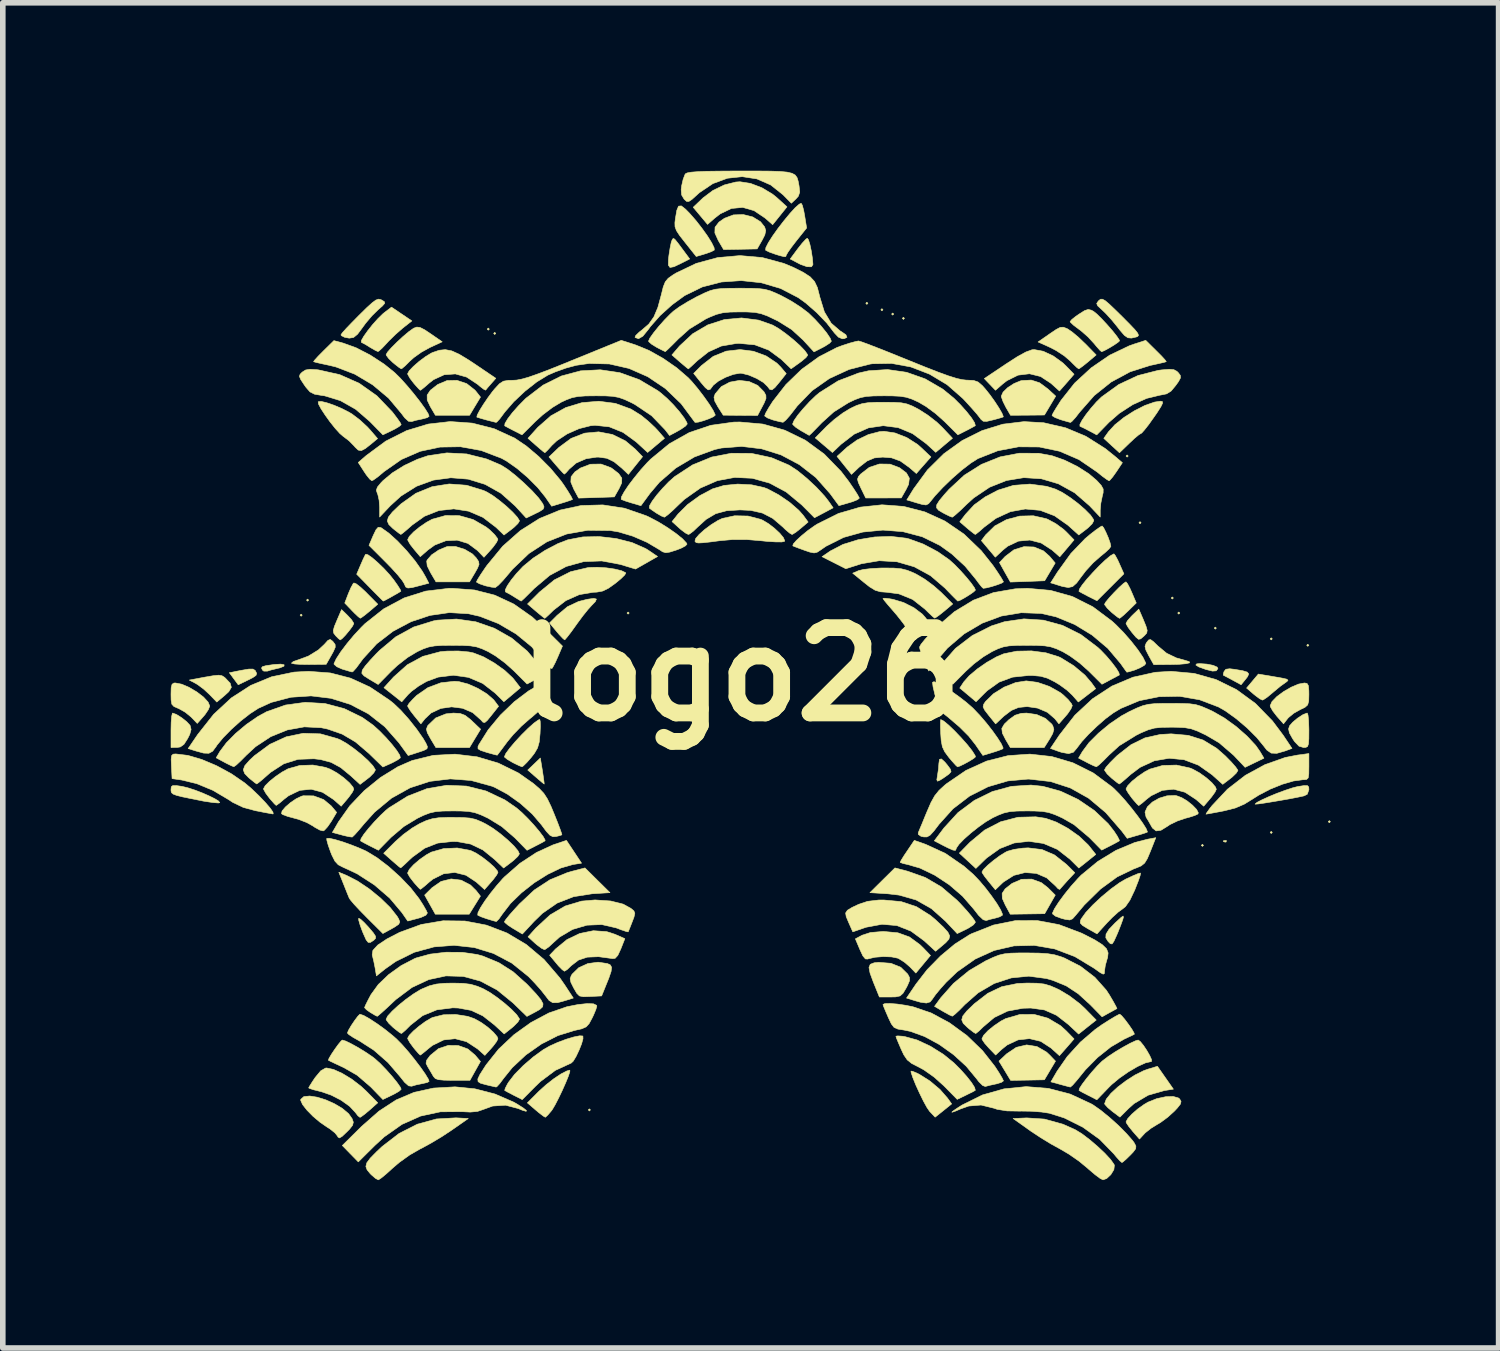
<source format=kicad_pcb>
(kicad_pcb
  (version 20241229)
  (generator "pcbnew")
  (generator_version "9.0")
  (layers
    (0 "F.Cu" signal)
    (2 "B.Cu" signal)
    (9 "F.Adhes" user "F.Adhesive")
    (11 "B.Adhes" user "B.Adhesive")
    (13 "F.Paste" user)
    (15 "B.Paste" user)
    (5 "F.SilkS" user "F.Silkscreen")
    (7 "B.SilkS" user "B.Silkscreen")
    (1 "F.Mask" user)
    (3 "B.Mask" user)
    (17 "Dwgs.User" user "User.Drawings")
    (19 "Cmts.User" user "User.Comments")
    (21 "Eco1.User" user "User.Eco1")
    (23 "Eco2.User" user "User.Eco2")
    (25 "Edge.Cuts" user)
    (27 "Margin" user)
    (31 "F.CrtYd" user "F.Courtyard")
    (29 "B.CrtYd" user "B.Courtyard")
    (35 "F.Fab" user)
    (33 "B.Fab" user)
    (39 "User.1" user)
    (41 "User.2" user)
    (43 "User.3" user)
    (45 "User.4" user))
  (footprint "logo26"
    (layer "F.Cu")
    (at 10.188 8.997)
    (property "Reference" "logo26" (at 0 0 0) (layer "F.SilkS") (effects (font (size 1.524 1.524) (thickness 0.3))))
    (attr through_hole)
    (fp_poly (pts (xy -7.839 -1.057) (xy -7.858 -1.038) (xy -7.877 -1.057) (xy -7.858 -1.076) (xy -7.839 -1.057)) (stroke (width 0.01) (type solid)) (fill yes) (layer "F.SilkS"))
    (fp_poly (pts (xy -7.724 -1.326) (xy -7.743 -1.307) (xy -7.762 -1.326) (xy -7.743 -1.345) (xy -7.724 -1.326)) (stroke (width 0.01) (type solid)) (fill yes) (layer "F.SilkS"))
    (fp_poly (pts (xy -4.496 -6.167) (xy -4.515 -6.148) (xy -4.534 -6.167) (xy -4.515 -6.187) (xy -4.496 -6.167)) (stroke (width 0.01) (type solid)) (fill yes) (layer "F.SilkS"))
    (fp_poly (pts (xy -4.381 -6.091) (xy -4.4 -6.071) (xy -4.419 -6.091) (xy -4.4 -6.11) (xy -4.381 -6.091)) (stroke (width 0.01) (type solid)) (fill yes) (layer "F.SilkS"))
    (fp_poly (pts (xy -2.69 7.781) (xy -2.709 7.801) (xy -2.728 7.781) (xy -2.709 7.762) (xy -2.69 7.781)) (stroke (width 0.01) (type solid)) (fill yes) (layer "F.SilkS"))
    (fp_poly (pts (xy -1.998 -1.095) (xy -2.017 -1.076) (xy -2.037 -1.095) (xy -2.017 -1.114) (xy -1.998 -1.095)) (stroke (width 0.01) (type solid)) (fill yes) (layer "F.SilkS"))
    (fp_poly (pts (xy 2.267 -6.629) (xy 2.248 -6.609) (xy 2.229 -6.629) (xy 2.248 -6.648) (xy 2.267 -6.629)) (stroke (width 0.01) (type solid)) (fill yes) (layer "F.SilkS"))
    (fp_poly (pts (xy 2.536 -6.513) (xy 2.517 -6.494) (xy 2.498 -6.513) (xy 2.517 -6.533) (xy 2.536 -6.513)) (stroke (width 0.01) (type solid)) (fill yes) (layer "F.SilkS"))
    (fp_poly (pts (xy 2.728 -6.436) (xy 2.709 -6.417) (xy 2.69 -6.436) (xy 2.709 -6.456) (xy 2.728 -6.436)) (stroke (width 0.01) (type solid)) (fill yes) (layer "F.SilkS"))
    (fp_poly (pts (xy 2.92 -6.36) (xy 2.901 -6.34) (xy 2.882 -6.36) (xy 2.901 -6.379) (xy 2.92 -6.36)) (stroke (width 0.01) (type solid)) (fill yes) (layer "F.SilkS"))
    (fp_poly (pts (xy 6.917 -3.9) (xy 6.898 -3.881) (xy 6.878 -3.9) (xy 6.898 -3.92) (xy 6.917 -3.9)) (stroke (width 0.01) (type solid)) (fill yes) (layer "F.SilkS"))
    (fp_poly (pts (xy 7.147 -2.709) (xy 7.128 -2.69) (xy 7.109 -2.709) (xy 7.128 -2.728) (xy 7.147 -2.709)) (stroke (width 0.01) (type solid)) (fill yes) (layer "F.SilkS"))
    (fp_poly (pts (xy 7.724 -1.364) (xy 7.705 -1.345) (xy 7.685 -1.364) (xy 7.705 -1.383) (xy 7.724 -1.364)) (stroke (width 0.01) (type solid)) (fill yes) (layer "F.SilkS"))
    (fp_poly (pts (xy 7.839 -1.095) (xy 7.82 -1.076) (xy 7.801 -1.095) (xy 7.82 -1.114) (xy 7.839 -1.095)) (stroke (width 0.01) (type solid)) (fill yes) (layer "F.SilkS"))
    (fp_poly (pts (xy 8.262 3.055) (xy 8.243 3.074) (xy 8.223 3.055) (xy 8.243 3.036) (xy 8.262 3.055)) (stroke (width 0.01) (type solid)) (fill yes) (layer "F.SilkS"))
    (fp_poly (pts (xy 8.492 -0.826) (xy 8.473 -0.807) (xy 8.454 -0.826) (xy 8.473 -0.845) (xy 8.492 -0.826)) (stroke (width 0.01) (type solid)) (fill yes) (layer "F.SilkS"))
    (fp_poly (pts (xy 9.491 -0.634) (xy 9.472 -0.615) (xy 9.453 -0.634) (xy 9.472 -0.653) (xy 9.491 -0.634)) (stroke (width 0.01) (type solid)) (fill yes) (layer "F.SilkS"))
    (fp_poly (pts (xy 9.491 2.824) (xy 9.472 2.844) (xy 9.453 2.824) (xy 9.472 2.805) (xy 9.491 2.824)) (stroke (width 0.01) (type solid)) (fill yes) (layer "F.SilkS"))
    (fp_poly (pts (xy 10.145 -0.519) (xy 10.125 -0.5) (xy 10.106 -0.519) (xy 10.125 -0.538) (xy 10.145 -0.519)) (stroke (width 0.01) (type solid)) (fill yes) (layer "F.SilkS"))
    (fp_poly (pts (xy 10.529 2.632) (xy 10.51 2.651) (xy 10.49 2.632) (xy 10.51 2.613) (xy 10.529 2.632)) (stroke (width 0.01) (type solid)) (fill yes) (layer "F.SilkS"))
    (fp_poly (pts (xy 8.672 2.972) (xy 8.666 2.995) (xy 8.646 2.997) (xy 8.614 2.983) (xy 8.62 2.972) (xy 8.666 2.967) (xy 8.672 2.972)) (stroke (width 0.01) (type solid)) (fill yes) (layer "F.SilkS"))
    (fp_poly (pts (xy -3.547 1.727) (xy -3.529 1.849) (xy -3.518 1.933) (xy -3.516 1.96) (xy -3.546 1.937) (xy -3.615 1.879) (xy -3.666 1.835) (xy -3.81 1.71) (xy -3.585 1.495) (xy -3.547 1.727)) (stroke (width 0.01) (type solid)) (fill yes) (layer "F.SilkS"))
    (fp_poly (pts (xy -4.999 3.677) (xy -4.832 3.764) (xy -4.732 3.863) (xy -4.655 3.962) (xy -4.755 4.123) (xy -4.856 4.285) (xy -5.461 4.285) (xy -5.652 3.943) (xy -5.52 3.812) (xy -5.359 3.7) (xy -5.18 3.655) (xy -4.999 3.677)) (stroke (width 0.01) (type solid)) (fill yes) (layer "F.SilkS"))
    (fp_poly (pts (xy -8.718 -0.094) (xy -8.68 -0.07) (xy -8.678 -0.067) (xy -8.653 -0.018) (xy -8.664 0.018) (xy -8.723 0.059) (xy -8.814 0.105) (xy -8.982 0.186) (xy -9.061 0.079) (xy -9.141 -0.029) (xy -8.925 -0.072) (xy -8.793 -0.094) (xy -8.718 -0.094)) (stroke (width 0.01) (type solid)) (fill yes) (layer "F.SilkS"))
    (fp_poly (pts (xy 5.235 -2.275) (xy 5.403 -2.206) (xy 5.513 -2.108) (xy 5.613 -1.989) (xy 5.425 -1.672) (xy 5.119 -1.66) (xy 4.812 -1.649) (xy 4.714 -1.823) (xy 4.617 -1.997) (xy 4.72 -2.107) (xy 4.876 -2.225) (xy 5.054 -2.281) (xy 5.235 -2.275)) (stroke (width 0.01) (type solid)) (fill yes) (layer "F.SilkS"))
    (fp_poly (pts (xy 5.286 6.649) (xy 5.459 6.749) (xy 5.512 6.799) (xy 5.618 6.91) (xy 5.42 7.243) (xy 5.118 7.249) (xy 4.817 7.254) (xy 4.713 7.082) (xy 4.608 6.909) (xy 4.745 6.78) (xy 4.917 6.664) (xy 5.102 6.62) (xy 5.286 6.649)) (stroke (width 0.01) (type solid)) (fill yes) (layer "F.SilkS"))
    (fp_poly (pts (xy 8.323 -0.183) (xy 8.434 -0.161) (xy 8.505 -0.13) (xy 8.52 -0.103) (xy 8.489 -0.063) (xy 8.423 -0.058) (xy 8.306 -0.087) (xy 8.294 -0.091) (xy 8.178 -0.133) (xy 8.125 -0.167) (xy 8.14 -0.187) (xy 8.193 -0.192) (xy 8.323 -0.183)) (stroke (width 0.01) (type solid)) (fill yes) (layer "F.SilkS"))
    (fp_poly (pts (xy 5.367 3.722) (xy 5.481 3.811) (xy 5.614 3.944) (xy 5.425 4.276) (xy 4.81 4.285) (xy 4.721 4.121) (xy 4.668 4.003) (xy 4.665 3.913) (xy 4.718 3.833) (xy 4.834 3.741) (xy 4.845 3.734) (xy 5.013 3.661) (xy 5.193 3.658) (xy 5.367 3.722)) (stroke (width 0.01) (type solid)) (fill yes) (layer "F.SilkS"))
    (fp_poly (pts (xy -8.162 -0.171) (xy -8.165 -0.146) (xy -8.238 -0.116) (xy -8.29 -0.104) (xy -8.393 -0.079) (xy -8.46 -0.058) (xy -8.526 -0.058) (xy -8.55 -0.077) (xy -8.566 -0.113) (xy -8.55 -0.137) (xy -8.487 -0.155) (xy -8.363 -0.173) (xy -8.342 -0.176) (xy -8.222 -0.183) (xy -8.162 -0.171)) (stroke (width 0.01) (type solid)) (fill yes) (layer "F.SilkS"))
    (fp_poly (pts (xy 1.205 -7.763) (xy 1.231 -7.679) (xy 1.256 -7.561) (xy 1.276 -7.429) (xy 1.285 -7.321) (xy 1.259 -7.281) (xy 1.181 -7.282) (xy 1.065 -7.323) (xy 1.026 -7.343) (xy 0.879 -7.42) (xy 1.012 -7.6) (xy 1.09 -7.699) (xy 1.154 -7.769) (xy 1.183 -7.791) (xy 1.205 -7.763)) (stroke (width 0.01) (type solid)) (fill yes) (layer "F.SilkS"))
    (fp_poly (pts (xy -6.797 4.374) (xy -6.73 4.436) (xy -6.653 4.519) (xy -6.568 4.619) (xy -6.529 4.679) (xy -6.529 4.717) (xy -6.561 4.75) (xy -6.619 4.788) (xy -6.66 4.789) (xy -6.697 4.743) (xy -6.744 4.638) (xy -6.764 4.591) (xy -6.806 4.475) (xy -6.83 4.39) (xy -6.83 4.358) (xy -6.797 4.374)) (stroke (width 0.01) (type solid)) (fill yes) (layer "F.SilkS"))
    (fp_poly (pts (xy -4.901 -5.194) (xy -4.754 -5.078) (xy -4.735 -5.056) (xy -4.654 -4.953) (xy -4.752 -4.791) (xy -4.849 -4.629) (xy -5.46 -4.629) (xy -5.551 -4.784) (xy -5.606 -4.899) (xy -5.607 -4.99) (xy -5.549 -5.076) (xy -5.425 -5.173) (xy -5.418 -5.178) (xy -5.253 -5.248) (xy -5.074 -5.252) (xy -4.901 -5.194)) (stroke (width 0.01) (type solid)) (fill yes) (layer "F.SilkS"))
    (fp_poly (pts (xy -2.327 -3.693) (xy -2.305 -3.679) (xy -2.186 -3.587) (xy -2.13 -3.506) (xy -2.132 -3.419) (xy -2.18 -3.316) (xy -2.263 -3.17) (xy -2.901 -3.149) (xy -2.987 -3.308) (xy -3.04 -3.435) (xy -3.035 -3.531) (xy -2.968 -3.616) (xy -2.868 -3.686) (xy -2.69 -3.754) (xy -2.502 -3.757) (xy -2.327 -3.693)) (stroke (width 0.01) (type solid)) (fill yes) (layer "F.SilkS"))
    (fp_poly (pts (xy 3.644 1.57) (xy 3.684 1.618) (xy 3.741 1.695) (xy 3.752 1.739) (xy 3.719 1.777) (xy 3.703 1.79) (xy 3.611 1.855) (xy 3.558 1.888) (xy 3.511 1.909) (xy 3.498 1.884) (xy 3.51 1.806) (xy 3.528 1.687) (xy 3.535 1.59) (xy 3.546 1.518) (xy 3.58 1.511) (xy 3.644 1.57)) (stroke (width 0.01) (type solid)) (fill yes) (layer "F.SilkS"))
    (fp_poly (pts (xy 8.813 -0.09) (xy 8.962 -0.065) (xy 9.044 -0.04) (xy 9.07 -0.007) (xy 9.049 0.042) (xy 9.017 0.083) (xy 8.934 0.186) (xy 8.78 0.102) (xy 8.687 0.052) (xy 8.626 0.02) (xy 8.616 0.015) (xy 8.619 -0.018) (xy 8.63 -0.052) (xy 8.662 -0.091) (xy 8.73 -0.1) (xy 8.813 -0.09)) (stroke (width 0.01) (type solid)) (fill yes) (layer "F.SilkS"))
    (fp_poly (pts (xy -9.274 0.024) (xy -9.229 0.052) (xy -9.214 0.065) (xy -9.126 0.158) (xy -9.105 0.232) (xy -9.15 0.308) (xy -9.22 0.373) (xy -9.365 0.495) (xy -9.496 0.359) (xy -9.6 0.263) (xy -9.708 0.183) (xy -9.741 0.163) (xy -9.856 0.102) (xy -9.573 0.049) (xy -9.426 0.024) (xy -9.333 0.015) (xy -9.274 0.024)) (stroke (width 0.01) (type solid)) (fill yes) (layer "F.SilkS"))
    (fp_poly (pts (xy -7.027 -1.051) (xy -6.957 -0.975) (xy -6.92 -0.915) (xy -6.918 -0.905) (xy -6.941 -0.86) (xy -6.997 -0.784) (xy -7.065 -0.702) (xy -7.127 -0.638) (xy -7.16 -0.615) (xy -7.193 -0.64) (xy -7.24 -0.688) (xy -7.276 -0.735) (xy -7.284 -0.783) (xy -7.264 -0.856) (xy -7.221 -0.959) (xy -7.136 -1.157) (xy -7.027 -1.051)) (stroke (width 0.01) (type solid)) (fill yes) (layer "F.SilkS"))
    (fp_poly (pts (xy -5.019 0.699) (xy -4.93 0.732) (xy -4.836 0.805) (xy -4.803 0.836) (xy -4.652 0.98) (xy -4.751 1.143) (xy -4.85 1.307) (xy -5.452 1.307) (xy -5.548 1.146) (xy -5.604 1.044) (xy -5.62 0.979) (xy -5.601 0.926) (xy -5.591 0.91) (xy -5.454 0.779) (xy -5.272 0.706) (xy -5.138 0.692) (xy -5.019 0.699)) (stroke (width 0.01) (type solid)) (fill yes) (layer "F.SilkS"))
    (fp_poly (pts (xy -1.174 -7.763) (xy -1.123 -7.699) (xy -1.039 -7.586) (xy -1.022 -7.563) (xy -0.917 -7.421) (xy -1.072 -7.342) (xy -1.198 -7.282) (xy -1.269 -7.269) (xy -1.298 -7.31) (xy -1.296 -7.412) (xy -1.288 -7.484) (xy -1.268 -7.613) (xy -1.247 -7.715) (xy -1.233 -7.755) (xy -1.218 -7.781) (xy -1.202 -7.787) (xy -1.174 -7.763)) (stroke (width 0.01) (type solid)) (fill yes) (layer "F.SilkS"))
    (fp_poly (pts (xy 0.208 -8.172) (xy 0.348 -8.086) (xy 0.422 -7.993) (xy 0.442 -7.928) (xy 0.425 -7.85) (xy 0.377 -7.756) (xy 0.288 -7.6) (xy -0.012 -7.594) (xy -0.311 -7.589) (xy -0.407 -7.752) (xy -0.467 -7.885) (xy -0.464 -7.988) (xy -0.394 -8.079) (xy -0.295 -8.148) (xy -0.136 -8.208) (xy 0.04 -8.214) (xy 0.208 -8.172)) (stroke (width 0.01) (type solid)) (fill yes) (layer "F.SilkS"))
    (fp_poly (pts (xy 2.663 -3.755) (xy 2.832 -3.691) (xy 2.955 -3.598) (xy 3.007 -3.505) (xy 2.994 -3.395) (xy 2.95 -3.305) (xy 2.863 -3.152) (xy 2.545 -3.151) (xy 2.228 -3.151) (xy 2.144 -3.323) (xy 2.096 -3.426) (xy 2.081 -3.487) (xy 2.098 -3.533) (xy 2.135 -3.576) (xy 2.291 -3.697) (xy 2.473 -3.758) (xy 2.663 -3.755)) (stroke (width 0.01) (type solid)) (fill yes) (layer "F.SilkS"))
    (fp_poly (pts (xy 5.333 -5.209) (xy 5.484 -5.097) (xy 5.622 -4.97) (xy 5.421 -4.633) (xy 5.118 -4.63) (xy 4.815 -4.628) (xy 4.732 -4.771) (xy 4.681 -4.873) (xy 4.652 -4.954) (xy 4.65 -4.971) (xy 4.682 -5.042) (xy 4.764 -5.122) (xy 4.875 -5.194) (xy 4.99 -5.242) (xy 5.016 -5.248) (xy 5.184 -5.257) (xy 5.333 -5.209)) (stroke (width 0.01) (type solid)) (fill yes) (layer "F.SilkS"))
    (fp_poly (pts (xy 6.831 4.34) (xy 6.82 4.381) (xy 6.787 4.472) (xy 6.738 4.597) (xy 6.71 4.663) (xy 6.661 4.77) (xy 6.629 4.816) (xy 6.598 4.812) (xy 6.558 4.772) (xy 6.517 4.707) (xy 6.521 4.64) (xy 6.574 4.555) (xy 6.683 4.441) (xy 6.707 4.419) (xy 6.789 4.344) (xy 6.826 4.318) (xy 6.831 4.34)) (stroke (width 0.01) (type solid)) (fill yes) (layer "F.SilkS"))
    (fp_poly (pts (xy -10.087 0.716) (xy -9.994 0.774) (xy -9.903 0.846) (xy -9.844 0.91) (xy -9.841 0.916) (xy -9.824 0.984) (xy -9.848 1.072) (xy -9.886 1.148) (xy -9.952 1.251) (xy -10.017 1.297) (xy -10.077 1.306) (xy -10.183 1.307) (xy -10.183 0.999) (xy -10.18 0.856) (xy -10.171 0.749) (xy -10.158 0.695) (xy -10.154 0.692) (xy -10.087 0.716)) (stroke (width 0.01) (type solid)) (fill yes) (layer "F.SilkS"))
    (fp_poly (pts (xy -6.876 -1.618) (xy -6.798 -1.558) (xy -6.7 -1.467) (xy -6.687 -1.453) (xy -6.489 -1.253) (xy -6.636 -1.127) (xy -6.723 -1.056) (xy -6.785 -1.011) (xy -6.802 -1.003) (xy -6.837 -1.029) (xy -6.906 -1.094) (xy -6.95 -1.139) (xy -7.079 -1.274) (xy -7.014 -1.444) (xy -6.969 -1.548) (xy -6.93 -1.619) (xy -6.916 -1.633) (xy -6.876 -1.618)) (stroke (width 0.01) (type solid)) (fill yes) (layer "F.SilkS"))
    (fp_poly (pts (xy 0.144 -5.231) (xy 0.299 -5.161) (xy 0.411 -5.047) (xy 0.444 -4.985) (xy 0.446 -4.928) (xy 0.413 -4.847) (xy 0.383 -4.79) (xy 0.296 -4.625) (xy -0.011 -4.627) (xy -0.318 -4.63) (xy -0.413 -4.779) (xy -0.469 -4.881) (xy -0.483 -4.951) (xy -0.462 -5.01) (xy -0.352 -5.14) (xy -0.201 -5.22) (xy -0.029 -5.251) (xy 0.144 -5.231)) (stroke (width 0.01) (type solid)) (fill yes) (layer "F.SilkS"))
    (fp_poly (pts (xy 3.066 7.092) (xy 3.143 7.124) (xy 3.188 7.147) (xy 3.375 7.265) (xy 3.554 7.416) (xy 3.688 7.569) (xy 3.763 7.674) (xy 3.616 7.793) (xy 3.468 7.911) (xy 3.37 7.808) (xy 3.323 7.74) (xy 3.259 7.624) (xy 3.19 7.483) (xy 3.123 7.337) (xy 3.07 7.206) (xy 3.039 7.113) (xy 3.036 7.088) (xy 3.066 7.092)) (stroke (width 0.01) (type solid)) (fill yes) (layer "F.SilkS"))
    (fp_poly (pts (xy 5.282 0.718) (xy 5.44 0.788) (xy 5.552 0.89) (xy 5.57 0.919) (xy 5.589 0.983) (xy 5.568 1.058) (xy 5.515 1.152) (xy 5.417 1.307) (xy 4.811 1.307) (xy 4.73 1.17) (xy 4.669 1.051) (xy 4.659 0.966) (xy 4.704 0.889) (xy 4.785 0.811) (xy 4.895 0.731) (xy 5.004 0.697) (xy 5.102 0.692) (xy 5.282 0.718)) (stroke (width 0.01) (type solid)) (fill yes) (layer "F.SilkS"))
    (fp_poly (pts (xy 7.185 -0.983) (xy 7.235 -0.86) (xy 7.256 -0.786) (xy 7.248 -0.738) (xy 7.21 -0.695) (xy 7.192 -0.678) (xy 7.14 -0.634) (xy 7.102 -0.626) (xy 7.056 -0.663) (xy 6.984 -0.748) (xy 6.919 -0.834) (xy 6.882 -0.898) (xy 6.878 -0.911) (xy 6.904 -0.958) (xy 6.968 -1.031) (xy 6.992 -1.056) (xy 7.106 -1.165) (xy 7.185 -0.983)) (stroke (width 0.01) (type solid)) (fill yes) (layer "F.SilkS"))
    (fp_poly (pts (xy 9.527 0.043) (xy 9.67 0.068) (xy 9.749 0.086) (xy 9.772 0.105) (xy 9.752 0.129) (xy 9.72 0.151) (xy 9.633 0.214) (xy 9.527 0.302) (xy 9.487 0.336) (xy 9.399 0.409) (xy 9.333 0.453) (xy 9.314 0.46) (xy 9.266 0.436) (xy 9.187 0.377) (xy 9.156 0.352) (xy 9.032 0.245) (xy 9.242 -0.005) (xy 9.527 0.043)) (stroke (width 0.01) (type solid)) (fill yes) (layer "F.SilkS"))
    (fp_poly (pts (xy -5.096 -2.283) (xy -4.936 -2.233) (xy -4.796 -2.149) (xy -4.73 -2.08) (xy -4.688 -2.016) (xy -4.68 -1.965) (xy -4.706 -1.899) (xy -4.753 -1.815) (xy -4.85 -1.652) (xy -5.449 -1.652) (xy -5.545 -1.815) (xy -5.606 -1.938) (xy -5.615 -2.021) (xy -5.607 -2.043) (xy -5.527 -2.135) (xy -5.402 -2.22) (xy -5.264 -2.278) (xy -5.241 -2.283) (xy -5.096 -2.283)) (stroke (width 0.01) (type solid)) (fill yes) (layer "F.SilkS"))
    (fp_poly (pts (xy 2.678 5.162) (xy 2.854 5.233) (xy 2.978 5.355) (xy 3.01 5.416) (xy 3.01 5.474) (xy 2.974 5.558) (xy 2.95 5.604) (xy 2.894 5.698) (xy 2.841 5.745) (xy 2.762 5.762) (xy 2.667 5.764) (xy 2.472 5.764) (xy 2.362 5.492) (xy 2.305 5.337) (xy 2.286 5.237) (xy 2.309 5.18) (xy 2.379 5.153) (xy 2.459 5.145) (xy 2.678 5.162)) (stroke (width 0.01) (type solid)) (fill yes) (layer "F.SilkS"))
    (fp_poly (pts (xy 6.688 -2.12) (xy 6.732 -2.038) (xy 6.761 -1.974) (xy 6.84 -1.796) (xy 6.359 -1.315) (xy 6.205 -1.392) (xy 6.11 -1.442) (xy 6.047 -1.476) (xy 6.037 -1.483) (xy 6.046 -1.523) (xy 6.098 -1.601) (xy 6.183 -1.706) (xy 6.288 -1.822) (xy 6.399 -1.938) (xy 6.506 -2.04) (xy 6.596 -2.116) (xy 6.656 -2.151) (xy 6.663 -2.152) (xy 6.688 -2.12)) (stroke (width 0.01) (type solid)) (fill yes) (layer "F.SilkS"))
    (fp_poly (pts (xy 7.369 -0.583) (xy 7.448 -0.506) (xy 7.603 -0.377) (xy 7.776 -0.294) (xy 7.93 -0.251) (xy 8.008 -0.227) (xy 8.014 -0.206) (xy 7.95 -0.19) (xy 7.82 -0.179) (xy 7.683 -0.176) (xy 7.374 -0.173) (xy 7.284 -0.334) (xy 7.232 -0.436) (xy 7.217 -0.501) (xy 7.237 -0.555) (xy 7.249 -0.573) (xy 7.283 -0.615) (xy 7.317 -0.621) (xy 7.369 -0.583)) (stroke (width 0.01) (type solid)) (fill yes) (layer "F.SilkS"))
    (fp_poly (pts (xy 7.724 7.41) (xy 7.56 7.436) (xy 7.272 7.519) (xy 7.023 7.667) (xy 6.923 7.756) (xy 6.769 7.91) (xy 6.633 7.808) (xy 6.55 7.738) (xy 6.501 7.683) (xy 6.495 7.67) (xy 6.525 7.589) (xy 6.608 7.486) (xy 6.731 7.372) (xy 6.88 7.259) (xy 7.038 7.158) (xy 7.192 7.081) (xy 7.267 7.054) (xy 7.439 7.002) (xy 7.724 7.41)) (stroke (width 0.01) (type solid)) (fill yes) (layer "F.SilkS"))
    (fp_poly (pts (xy -7.299 -0.595) (xy -7.285 -0.58) (xy -7.251 -0.533) (xy -7.249 -0.484) (xy -7.282 -0.408) (xy -7.317 -0.345) (xy -7.411 -0.179) (xy -7.721 -0.176) (xy -7.865 -0.178) (xy -7.973 -0.185) (xy -8.028 -0.197) (xy -8.031 -0.201) (xy -7.998 -0.229) (xy -7.925 -0.254) (xy -7.729 -0.326) (xy -7.55 -0.436) (xy -7.445 -0.534) (xy -7.38 -0.606) (xy -7.339 -0.624) (xy -7.299 -0.595)) (stroke (width 0.01) (type solid)) (fill yes) (layer "F.SilkS"))
    (fp_poly (pts (xy -5.051 6.631) (xy -4.88 6.693) (xy -4.751 6.802) (xy -4.655 6.916) (xy -4.749 7.084) (xy -4.843 7.253) (xy -5.151 7.253) (xy -5.307 7.25) (xy -5.405 7.241) (xy -5.461 7.221) (xy -5.494 7.185) (xy -5.502 7.171) (xy -5.56 7.071) (xy -5.598 7.008) (xy -5.627 6.948) (xy -5.616 6.893) (xy -5.557 6.814) (xy -5.551 6.807) (xy -5.405 6.687) (xy -5.232 6.629) (xy -5.051 6.631)) (stroke (width 0.01) (type solid)) (fill yes) (layer "F.SilkS"))
    (fp_poly (pts (xy -2.583 -1.345) (xy -2.602 -1.3) (xy -2.667 -1.233) (xy -2.733 -1.16) (xy -2.825 -1.046) (xy -2.924 -0.912) (xy -2.946 -0.881) (xy -3.033 -0.76) (xy -3.103 -0.669) (xy -3.145 -0.62) (xy -3.151 -0.616) (xy -3.184 -0.643) (xy -3.249 -0.712) (xy -3.296 -0.767) (xy -3.421 -0.918) (xy -3.285 -1.054) (xy -3.101 -1.208) (xy -2.901 -1.302) (xy -2.747 -1.341) (xy -2.63 -1.357) (xy -2.583 -1.345)) (stroke (width 0.01) (type solid)) (fill yes) (layer "F.SilkS"))
    (fp_poly (pts (xy -2.386 5.167) (xy -2.334 5.192) (xy -2.312 5.234) (xy -2.321 5.308) (xy -2.362 5.428) (xy -2.398 5.517) (xy -2.49 5.745) (xy -2.696 5.755) (xy -2.816 5.759) (xy -2.886 5.745) (xy -2.934 5.698) (xy -2.987 5.606) (xy -2.988 5.605) (xy -3.039 5.503) (xy -3.053 5.438) (xy -3.033 5.382) (xy -3.016 5.355) (xy -2.899 5.241) (xy -2.737 5.167) (xy -2.553 5.142) (xy -2.386 5.167)) (stroke (width 0.01) (type solid)) (fill yes) (layer "F.SilkS"))
    (fp_poly (pts (xy 5.399 -5.772) (xy 5.578 -5.688) (xy 5.75 -5.563) (xy 5.81 -5.505) (xy 5.95 -5.361) (xy 5.82 -5.211) (xy 5.689 -5.062) (xy 5.537 -5.199) (xy 5.351 -5.321) (xy 5.153 -5.37) (xy 4.949 -5.345) (xy 4.751 -5.247) (xy 4.674 -5.187) (xy 4.546 -5.075) (xy 4.346 -5.284) (xy 4.732 -5.543) (xy 4.935 -5.674) (xy 5.088 -5.758) (xy 5.197 -5.798) (xy 5.237 -5.802) (xy 5.399 -5.772)) (stroke (width 0.01) (type solid)) (fill yes) (layer "F.SilkS"))
    (fp_poly (pts (xy 10.129 0.727) (xy 10.139 0.821) (xy 10.144 0.956) (xy 10.145 0.999) (xy 10.144 1.152) (xy 10.137 1.243) (xy 10.121 1.289) (xy 10.089 1.305) (xy 10.049 1.307) (xy 9.968 1.283) (xy 9.89 1.202) (xy 9.856 1.152) (xy 9.797 1.047) (xy 9.782 0.975) (xy 9.8 0.919) (xy 9.856 0.855) (xy 9.945 0.781) (xy 10.039 0.72) (xy 10.111 0.692) (xy 10.116 0.692) (xy 10.129 0.727)) (stroke (width 0.01) (type solid)) (fill yes) (layer "F.SilkS"))
    (fp_poly (pts (xy -7.042 3.594) (xy -6.845 3.696) (xy -6.637 3.836) (xy -6.439 3.998) (xy -6.267 4.166) (xy -6.142 4.325) (xy -6.116 4.369) (xy -6.096 4.422) (xy -6.115 4.464) (xy -6.186 4.513) (xy -6.235 4.541) (xy -6.398 4.63) (xy -6.686 4.343) (xy -6.808 4.219) (xy -6.91 4.11) (xy -6.978 4.029) (xy -6.999 3.998) (xy -7.027 3.93) (xy -7.071 3.82) (xy -7.104 3.737) (xy -7.185 3.535) (xy -7.042 3.594)) (stroke (width 0.01) (type solid)) (fill yes) (layer "F.SilkS"))
    (fp_poly (pts (xy -3.059 7.102) (xy -3.087 7.185) (xy -3.135 7.302) (xy -3.195 7.437) (xy -3.26 7.572) (xy -3.322 7.692) (xy -3.373 7.778) (xy -3.387 7.797) (xy -3.45 7.871) (xy -3.492 7.91) (xy -3.497 7.912) (xy -3.534 7.89) (xy -3.61 7.832) (xy -3.667 7.784) (xy -3.817 7.655) (xy -3.606 7.444) (xy -3.483 7.333) (xy -3.348 7.227) (xy -3.218 7.14) (xy -3.111 7.085) (xy -3.058 7.071) (xy -3.059 7.102)) (stroke (width 0.01) (type solid)) (fill yes) (layer "F.SilkS"))
    (fp_poly (pts (xy -2.565 3.679) (xy -2.341 3.9) (xy -2.661 3.92) (xy -2.992 3.972) (xy -3.284 4.086) (xy -3.547 4.268) (xy -3.698 4.415) (xy -3.906 4.639) (xy -4.066 4.544) (xy -4.16 4.483) (xy -4.218 4.435) (xy -4.227 4.419) (xy -4.202 4.38) (xy -4.136 4.298) (xy -4.038 4.188) (xy -3.96 4.103) (xy -3.692 3.852) (xy -3.412 3.669) (xy -3.105 3.543) (xy -3.015 3.517) (xy -2.788 3.458) (xy -2.565 3.679)) (stroke (width 0.01) (type solid)) (fill yes) (layer "F.SilkS"))
    (fp_poly (pts (xy -0.989 -8.308) (xy -0.915 -8.232) (xy -0.803 -8.104) (xy -0.695 -7.965) (xy -0.598 -7.829) (xy -0.524 -7.71) (xy -0.481 -7.622) (xy -0.477 -7.58) (xy -0.529 -7.552) (xy -0.624 -7.517) (xy -0.652 -7.509) (xy -0.8 -7.465) (xy -0.998 -7.714) (xy -1.096 -7.839) (xy -1.153 -7.926) (xy -1.179 -7.996) (xy -1.181 -8.07) (xy -1.172 -8.143) (xy -1.147 -8.29) (xy -1.116 -8.364) (xy -1.066 -8.369) (xy -0.989 -8.308)) (stroke (width 0.01) (type solid)) (fill yes) (layer "F.SilkS"))
    (fp_poly (pts (xy 0.168 -8.771) (xy 0.373 -8.693) (xy 0.564 -8.578) (xy 0.638 -8.518) (xy 0.821 -8.352) (xy 0.693 -8.192) (xy 0.565 -8.033) (xy 0.432 -8.15) (xy 0.233 -8.284) (xy 0.031 -8.342) (xy -0.171 -8.323) (xy -0.371 -8.227) (xy -0.467 -8.153) (xy -0.598 -8.038) (xy -0.726 -8.191) (xy -0.854 -8.344) (xy -0.678 -8.512) (xy -0.503 -8.644) (xy -0.298 -8.743) (xy -0.093 -8.795) (xy -0.019 -8.8) (xy 0.168 -8.771)) (stroke (width 0.01) (type solid)) (fill yes) (layer "F.SilkS"))
    (fp_poly (pts (xy 2.656 -1.35) (xy 2.715 -1.34) (xy 2.906 -1.282) (xy 3.09 -1.189) (xy 3.24 -1.075) (xy 3.298 -1.009) (xy 3.373 -0.903) (xy 3.248 -0.759) (xy 3.174 -0.676) (xy 3.122 -0.624) (xy 3.108 -0.615) (xy 3.081 -0.645) (xy 3.028 -0.721) (xy 2.985 -0.787) (xy 2.897 -0.913) (xy 2.785 -1.056) (xy 2.706 -1.148) (xy 2.62 -1.247) (xy 2.559 -1.321) (xy 2.536 -1.355) (xy 2.57 -1.36) (xy 2.656 -1.35)) (stroke (width 0.01) (type solid)) (fill yes) (layer "F.SilkS"))
    (fp_poly (pts (xy 2.976 3.517) (xy 3.294 3.63) (xy 3.582 3.799) (xy 3.857 4.034) (xy 3.92 4.098) (xy 4.033 4.222) (xy 4.122 4.328) (xy 4.176 4.403) (xy 4.187 4.429) (xy 4.154 4.473) (xy 4.072 4.528) (xy 4.023 4.554) (xy 3.862 4.631) (xy 3.653 4.409) (xy 3.401 4.185) (xy 3.129 4.031) (xy 2.826 3.944) (xy 2.623 3.92) (xy 2.303 3.9) (xy 2.526 3.679) (xy 2.75 3.458) (xy 2.976 3.517)) (stroke (width 0.01) (type solid)) (fill yes) (layer "F.SilkS"))
    (fp_poly (pts (xy 6.904 -1.62) (xy 6.948 -1.537) (xy 6.981 -1.463) (xy 7.061 -1.275) (xy 6.92 -1.137) (xy 6.837 -1.059) (xy 6.778 -1.01) (xy 6.761 -1.001) (xy 6.724 -1.024) (xy 6.651 -1.082) (xy 6.619 -1.109) (xy 6.542 -1.183) (xy 6.498 -1.241) (xy 6.494 -1.253) (xy 6.519 -1.296) (xy 6.583 -1.373) (xy 6.668 -1.465) (xy 6.757 -1.555) (xy 6.832 -1.623) (xy 6.875 -1.652) (xy 6.877 -1.652) (xy 6.904 -1.62)) (stroke (width 0.01) (type solid)) (fill yes) (layer "F.SilkS"))
    (fp_poly (pts (xy 10.119 1.988) (xy 10.142 2.013) (xy 10.145 2.06) (xy 10.116 2.142) (xy 10.058 2.171) (xy 9.951 2.194) (xy 9.808 2.222) (xy 9.648 2.25) (xy 9.489 2.277) (xy 9.347 2.3) (xy 9.241 2.315) (xy 9.187 2.319) (xy 9.184 2.318) (xy 9.217 2.288) (xy 9.306 2.242) (xy 9.431 2.185) (xy 9.576 2.125) (xy 9.723 2.071) (xy 9.853 2.028) (xy 9.943 2.005) (xy 10.06 1.987) (xy 10.119 1.988)) (stroke (width 0.01) (type solid)) (fill yes) (layer "F.SilkS"))
    (fp_poly (pts (xy -10.082 1.988) (xy -9.985 2.002) (xy -9.882 2.027) (xy -9.758 2.067) (xy -9.628 2.117) (xy -9.504 2.171) (xy -9.401 2.222) (xy -9.333 2.264) (xy -9.312 2.292) (xy -9.338 2.298) (xy -9.436 2.29) (xy -9.564 2.271) (xy -9.607 2.264) (xy -9.826 2.22) (xy -9.981 2.188) (xy -10.084 2.162) (xy -10.144 2.139) (xy -10.173 2.115) (xy -10.182 2.085) (xy -10.183 2.059) (xy -10.178 2.009) (xy -10.151 1.987) (xy -10.082 1.988)) (stroke (width 0.01) (type solid)) (fill yes) (layer "F.SilkS"))
    (fp_poly (pts (xy -9.991 0.176) (xy -9.857 0.234) (xy -9.721 0.315) (xy -9.602 0.406) (xy -9.52 0.496) (xy -9.491 0.566) (xy -9.515 0.629) (xy -9.575 0.718) (xy -9.603 0.751) (xy -9.714 0.877) (xy -9.821 0.765) (xy -9.927 0.678) (xy -10.043 0.612) (xy -10.056 0.607) (xy -10.13 0.575) (xy -10.168 0.534) (xy -10.181 0.459) (xy -10.183 0.357) (xy -10.18 0.238) (xy -10.164 0.177) (xy -10.13 0.155) (xy -10.105 0.154) (xy -9.991 0.176)) (stroke (width 0.01) (type solid)) (fill yes) (layer "F.SilkS"))
    (fp_poly (pts (xy 5.455 -2.78) (xy 5.481 -2.769) (xy 5.625 -2.691) (xy 5.764 -2.589) (xy 5.813 -2.543) (xy 5.95 -2.402) (xy 5.822 -2.25) (xy 5.694 -2.099) (xy 5.557 -2.22) (xy 5.363 -2.346) (xy 5.16 -2.399) (xy 4.956 -2.38) (xy 4.763 -2.289) (xy 4.675 -2.217) (xy 4.543 -2.093) (xy 4.418 -2.241) (xy 4.294 -2.389) (xy 4.37 -2.491) (xy 4.533 -2.651) (xy 4.743 -2.764) (xy 4.979 -2.827) (xy 5.222 -2.833) (xy 5.455 -2.78)) (stroke (width 0.01) (type solid)) (fill yes) (layer "F.SilkS"))
    (fp_poly (pts (xy 5.816 -6.18) (xy 5.835 -6.171) (xy 5.918 -6.114) (xy 6.029 -6.021) (xy 6.144 -5.911) (xy 6.146 -5.91) (xy 6.345 -5.706) (xy 6.199 -5.582) (xy 6.111 -5.511) (xy 6.049 -5.466) (xy 6.033 -5.458) (xy 5.998 -5.483) (xy 5.93 -5.549) (xy 5.883 -5.597) (xy 5.773 -5.691) (xy 5.629 -5.785) (xy 5.53 -5.837) (xy 5.307 -5.938) (xy 5.515 -6.083) (xy 5.629 -6.16) (xy 5.702 -6.198) (xy 5.757 -6.202) (xy 5.816 -6.18)) (stroke (width 0.01) (type solid)) (fill yes) (layer "F.SilkS"))
    (fp_poly (pts (xy 7.528 -4.873) (xy 7.531 -4.844) (xy 7.501 -4.782) (xy 7.433 -4.675) (xy 7.375 -4.592) (xy 7.285 -4.465) (xy 7.208 -4.367) (xy 7.158 -4.311) (xy 7.146 -4.304) (xy 7.105 -4.279) (xy 7.027 -4.214) (xy 6.939 -4.131) (xy 6.761 -3.959) (xy 6.621 -4.087) (xy 6.481 -4.216) (xy 6.565 -4.334) (xy 6.681 -4.461) (xy 6.842 -4.59) (xy 7.027 -4.708) (xy 7.216 -4.804) (xy 7.388 -4.864) (xy 7.496 -4.88) (xy 7.528 -4.873)) (stroke (width 0.01) (type solid)) (fill yes) (layer "F.SilkS"))
    (fp_poly (pts (xy 10.112 0.163) (xy 10.136 0.203) (xy 10.144 0.292) (xy 10.145 0.358) (xy 10.142 0.477) (xy 10.123 0.546) (xy 10.075 0.589) (xy 9.992 0.629) (xy 9.876 0.694) (xy 9.781 0.772) (xy 9.765 0.79) (xy 9.692 0.884) (xy 9.572 0.748) (xy 9.501 0.656) (xy 9.458 0.581) (xy 9.453 0.56) (xy 9.486 0.486) (xy 9.572 0.398) (xy 9.692 0.309) (xy 9.828 0.23) (xy 9.96 0.174) (xy 10.067 0.154) (xy 10.112 0.163)) (stroke (width 0.01) (type solid)) (fill yes) (layer "F.SilkS"))
    (fp_poly (pts (xy -7.635 2.171) (xy -7.457 2.237) (xy -7.321 2.35) (xy -7.224 2.466) (xy -7.319 2.626) (xy -7.385 2.722) (xy -7.443 2.785) (xy -7.464 2.797) (xy -7.524 2.782) (xy -7.613 2.733) (xy -7.643 2.712) (xy -7.759 2.647) (xy -7.906 2.59) (xy -7.981 2.57) (xy -8.099 2.538) (xy -8.183 2.507) (xy -8.209 2.489) (xy -8.199 2.441) (xy -8.139 2.37) (xy -8.049 2.292) (xy -7.947 2.223) (xy -7.851 2.177) (xy -7.821 2.169) (xy -7.635 2.171)) (stroke (width 0.01) (type solid)) (fill yes) (layer "F.SilkS"))
    (fp_poly (pts (xy -6.665 -2.136) (xy -6.588 -2.082) (xy -6.489 -1.996) (xy -6.381 -1.892) (xy -6.28 -1.782) (xy -6.205 -1.689) (xy -6.133 -1.587) (xy -6.087 -1.513) (xy -6.076 -1.485) (xy -6.122 -1.456) (xy -6.203 -1.41) (xy -6.291 -1.36) (xy -6.362 -1.322) (xy -6.391 -1.309) (xy -6.419 -1.335) (xy -6.488 -1.404) (xy -6.586 -1.503) (xy -6.632 -1.55) (xy -6.866 -1.789) (xy -6.793 -1.96) (xy -6.748 -2.063) (xy -6.714 -2.132) (xy -6.704 -2.146) (xy -6.665 -2.136)) (stroke (width 0.01) (type solid)) (fill yes) (layer "F.SilkS"))
    (fp_poly (pts (xy -6.439 -2.623) (xy -6.427 -2.618) (xy -6.293 -2.523) (xy -6.136 -2.381) (xy -5.973 -2.208) (xy -5.82 -2.023) (xy -5.694 -1.843) (xy -5.638 -1.746) (xy -5.577 -1.628) (xy -5.748 -1.583) (xy -5.877 -1.55) (xy -5.951 -1.542) (xy -5.989 -1.56) (xy -6.011 -1.606) (xy -6.015 -1.618) (xy -6.052 -1.677) (xy -6.131 -1.775) (xy -6.241 -1.896) (xy -6.343 -2.001) (xy -6.646 -2.304) (xy -6.571 -2.479) (xy -6.521 -2.583) (xy -6.482 -2.627) (xy -6.439 -2.623)) (stroke (width 0.01) (type solid)) (fill yes) (layer "F.SilkS"))
    (fp_poly (pts (xy -6.436 -6.695) (xy -6.419 -6.687) (xy -6.372 -6.658) (xy -6.365 -6.629) (xy -6.405 -6.582) (xy -6.484 -6.513) (xy -6.594 -6.405) (xy -6.709 -6.269) (xy -6.766 -6.19) (xy -6.851 -6.076) (xy -6.922 -6.018) (xy -6.999 -6.006) (xy -7.08 -6.021) (xy -7.137 -6.049) (xy -7.147 -6.065) (xy -7.122 -6.102) (xy -7.052 -6.18) (xy -6.948 -6.288) (xy -6.826 -6.412) (xy -6.687 -6.549) (xy -6.59 -6.637) (xy -6.524 -6.686) (xy -6.476 -6.703) (xy -6.436 -6.695)) (stroke (width 0.01) (type solid)) (fill yes) (layer "F.SilkS"))
    (fp_poly (pts (xy -6.062 -6.437) (xy -5.88 -6.314) (xy -6.043 -6.186) (xy -6.168 -6.077) (xy -6.293 -5.955) (xy -6.334 -5.91) (xy -6.412 -5.827) (xy -6.47 -5.775) (xy -6.487 -5.767) (xy -6.534 -5.788) (xy -6.615 -5.835) (xy -6.629 -5.843) (xy -6.716 -5.897) (xy -6.778 -5.929) (xy -6.782 -5.93) (xy -6.782 -5.964) (xy -6.74 -6.038) (xy -6.669 -6.138) (xy -6.581 -6.249) (xy -6.486 -6.355) (xy -6.398 -6.441) (xy -6.366 -6.467) (xy -6.244 -6.56) (xy -6.062 -6.437)) (stroke (width 0.01) (type solid)) (fill yes) (layer "F.SilkS"))
    (fp_poly (pts (xy -2.4 4.596) (xy -2.254 4.643) (xy -2.075 4.722) (xy -2.148 4.907) (xy -2.201 5.021) (xy -2.249 5.073) (xy -2.292 5.078) (xy -2.545 5.044) (xy -2.745 5.052) (xy -2.903 5.104) (xy -3.033 5.204) (xy -3.039 5.21) (xy -3.106 5.274) (xy -3.153 5.303) (xy -3.155 5.303) (xy -3.194 5.276) (xy -3.262 5.207) (xy -3.301 5.16) (xy -3.419 5.018) (xy -3.314 4.907) (xy -3.11 4.739) (xy -2.88 4.629) (xy -2.638 4.58) (xy -2.4 4.596)) (stroke (width 0.01) (type solid)) (fill yes) (layer "F.SilkS"))
    (fp_poly (pts (xy 2.752 -4.312) (xy 2.961 -4.23) (xy 3.153 -4.108) (xy 3.215 -4.053) (xy 3.393 -3.884) (xy 3.262 -3.736) (xy 3.132 -3.588) (xy 3.003 -3.699) (xy 2.846 -3.811) (xy 2.69 -3.868) (xy 2.531 -3.881) (xy 2.38 -3.866) (xy 2.251 -3.811) (xy 2.115 -3.705) (xy 2.092 -3.684) (xy 1.974 -3.572) (xy 1.844 -3.733) (xy 1.715 -3.894) (xy 1.898 -4.06) (xy 2.074 -4.187) (xy 2.276 -4.284) (xy 2.475 -4.336) (xy 2.555 -4.342) (xy 2.752 -4.312)) (stroke (width 0.01) (type solid)) (fill yes) (layer "F.SilkS"))
    (fp_poly (pts (xy 2.802 4.617) (xy 3.008 4.691) (xy 3.194 4.827) (xy 3.259 4.89) (xy 3.385 5.022) (xy 3.123 5.337) (xy 3.017 5.226) (xy 2.918 5.141) (xy 2.814 5.076) (xy 2.803 5.071) (xy 2.692 5.048) (xy 2.542 5.042) (xy 2.391 5.054) (xy 2.274 5.082) (xy 2.266 5.086) (xy 2.222 5.084) (xy 2.176 5.028) (xy 2.125 4.919) (xy 2.043 4.725) (xy 2.165 4.66) (xy 2.313 4.612) (xy 2.529 4.594) (xy 2.555 4.594) (xy 2.802 4.617)) (stroke (width 0.01) (type solid)) (fill yes) (layer "F.SilkS"))
    (fp_poly (pts (xy -3.587 0.842) (xy -3.585 0.933) (xy -3.59 1.059) (xy -3.605 1.209) (xy -3.635 1.315) (xy -3.691 1.411) (xy -3.746 1.482) (xy -3.826 1.574) (xy -3.888 1.635) (xy -3.912 1.651) (xy -3.96 1.633) (xy -4.048 1.591) (xy -4.083 1.573) (xy -4.172 1.521) (xy -4.222 1.481) (xy -4.227 1.472) (xy -4.201 1.413) (xy -4.131 1.318) (xy -4.033 1.202) (xy -3.919 1.079) (xy -3.803 0.964) (xy -3.699 0.871) (xy -3.622 0.816) (xy -3.595 0.807) (xy -3.587 0.842)) (stroke (width 0.01) (type solid)) (fill yes) (layer "F.SilkS"))
    (fp_poly (pts (xy 3.622 0.835) (xy 3.71 0.908) (xy 3.819 1.013) (xy 3.934 1.134) (xy 4.042 1.256) (xy 4.128 1.365) (xy 4.18 1.446) (xy 4.189 1.474) (xy 4.158 1.501) (xy 4.085 1.547) (xy 3.994 1.597) (xy 3.913 1.637) (xy 3.868 1.652) (xy 3.837 1.625) (xy 3.774 1.555) (xy 3.716 1.487) (xy 3.64 1.385) (xy 3.597 1.294) (xy 3.576 1.181) (xy 3.568 1.064) (xy 3.563 0.935) (xy 3.563 0.843) (xy 3.567 0.807) (xy 3.567 0.807) (xy 3.622 0.835)) (stroke (width 0.01) (type solid)) (fill yes) (layer "F.SilkS"))
    (fp_poly (pts (xy 5.484 6.143) (xy 5.71 6.278) (xy 5.81 6.369) (xy 5.95 6.513) (xy 5.82 6.663) (xy 5.689 6.812) (xy 5.537 6.675) (xy 5.354 6.556) (xy 5.154 6.508) (xy 4.949 6.53) (xy 4.753 6.622) (xy 4.648 6.707) (xy 4.549 6.801) (xy 4.427 6.675) (xy 4.353 6.591) (xy 4.309 6.526) (xy 4.304 6.509) (xy 4.334 6.449) (xy 4.413 6.365) (xy 4.523 6.276) (xy 4.644 6.194) (xy 4.726 6.151) (xy 4.979 6.077) (xy 5.236 6.075) (xy 5.484 6.143)) (stroke (width 0.01) (type solid)) (fill yes) (layer "F.SilkS"))
    (fp_poly (pts (xy 6.507 -6.675) (xy 6.581 -6.612) (xy 6.692 -6.506) (xy 6.803 -6.397) (xy 6.944 -6.255) (xy 7.037 -6.157) (xy 7.087 -6.094) (xy 7.101 -6.057) (xy 7.086 -6.036) (xy 7.062 -6.027) (xy 6.975 -6.007) (xy 6.911 -6.013) (xy 6.849 -6.056) (xy 6.771 -6.146) (xy 6.724 -6.207) (xy 6.621 -6.333) (xy 6.517 -6.447) (xy 6.444 -6.517) (xy 6.372 -6.583) (xy 6.354 -6.625) (xy 6.382 -6.668) (xy 6.393 -6.678) (xy 6.422 -6.701) (xy 6.457 -6.702) (xy 6.507 -6.675)) (stroke (width 0.01) (type solid)) (fill yes) (layer "F.SilkS"))
    (fp_poly (pts (xy -7.57 7.554) (xy -7.417 7.602) (xy -7.263 7.671) (xy -7.122 7.755) (xy -7.011 7.848) (xy -6.948 7.937) (xy -6.926 8) (xy -6.939 8.056) (xy -6.994 8.126) (xy -7.043 8.175) (xy -7.126 8.254) (xy -7.174 8.282) (xy -7.201 8.265) (xy -7.208 8.249) (xy -7.255 8.191) (xy -7.344 8.12) (xy -7.392 8.09) (xy -7.52 8.002) (xy -7.646 7.896) (xy -7.754 7.786) (xy -7.832 7.687) (xy -7.866 7.612) (xy -7.865 7.592) (xy -7.809 7.543) (xy -7.705 7.533) (xy -7.57 7.554)) (stroke (width 0.01) (type solid)) (fill yes) (layer "F.SilkS"))
    (fp_poly (pts (xy -5.734 -6.197) (xy -5.653 -6.156) (xy -5.548 -6.086) (xy -5.338 -5.941) (xy -5.561 -5.838) (xy -5.706 -5.758) (xy -5.844 -5.66) (xy -5.916 -5.596) (xy -5.996 -5.516) (xy -6.053 -5.467) (xy -6.069 -5.458) (xy -6.109 -5.482) (xy -6.183 -5.54) (xy -6.216 -5.567) (xy -6.293 -5.641) (xy -6.337 -5.7) (xy -6.34 -5.713) (xy -6.313 -5.759) (xy -6.243 -5.838) (xy -6.146 -5.935) (xy -6.038 -6.035) (xy -5.936 -6.121) (xy -5.856 -6.178) (xy -5.847 -6.184) (xy -5.792 -6.204) (xy -5.734 -6.197)) (stroke (width 0.01) (type solid)) (fill yes) (layer "F.SilkS"))
    (fp_poly (pts (xy -2.297 -4.285) (xy -2.064 -4.17) (xy -1.888 -4.022) (xy -1.759 -3.888) (xy -1.886 -3.73) (xy -2.012 -3.572) (xy -2.13 -3.684) (xy -2.269 -3.798) (xy -2.397 -3.86) (xy -2.544 -3.881) (xy -2.576 -3.881) (xy -2.769 -3.852) (xy -2.945 -3.775) (xy -3.071 -3.665) (xy -3.126 -3.602) (xy -3.156 -3.577) (xy -3.157 -3.577) (xy -3.187 -3.605) (xy -3.251 -3.675) (xy -3.301 -3.732) (xy -3.431 -3.884) (xy -3.253 -4.054) (xy -3.034 -4.216) (xy -2.793 -4.309) (xy -2.544 -4.332) (xy -2.297 -4.285)) (stroke (width 0.01) (type solid)) (fill yes) (layer "F.SilkS"))
    (fp_poly (pts (xy 1.095 -8.381) (xy 1.119 -8.291) (xy 1.137 -8.194) (xy 1.172 -7.974) (xy 0.989 -7.745) (xy 0.902 -7.632) (xy 0.838 -7.541) (xy 0.808 -7.489) (xy 0.807 -7.486) (xy 0.8 -7.464) (xy 0.768 -7.462) (xy 0.692 -7.481) (xy 0.608 -7.507) (xy 0.51 -7.542) (xy 0.445 -7.574) (xy 0.439 -7.579) (xy 0.444 -7.624) (xy 0.49 -7.714) (xy 0.566 -7.833) (xy 0.662 -7.968) (xy 0.769 -8.106) (xy 0.874 -8.233) (xy 0.968 -8.336) (xy 1.041 -8.4) (xy 1.075 -8.415) (xy 1.095 -8.381)) (stroke (width 0.01) (type solid)) (fill yes) (layer "F.SilkS"))
    (fp_poly (pts (xy 5.442 2.572) (xy 5.634 2.64) (xy 5.843 2.753) (xy 6.041 2.893) (xy 6.199 3.043) (xy 6.222 3.071) (xy 6.338 3.217) (xy 6.187 3.339) (xy 6.035 3.46) (xy 5.876 3.302) (xy 5.652 3.127) (xy 5.403 3.021) (xy 5.142 2.983) (xy 4.879 3.013) (xy 4.624 3.112) (xy 4.39 3.279) (xy 4.356 3.311) (xy 4.196 3.467) (xy 4.048 3.33) (xy 3.9 3.194) (xy 4.092 2.998) (xy 4.352 2.782) (xy 4.64 2.633) (xy 4.948 2.553) (xy 5.265 2.545) (xy 5.442 2.572)) (stroke (width 0.01) (type solid)) (fill yes) (layer "F.SilkS"))
    (fp_poly (pts (xy 6.478 -2.619) (xy 6.518 -2.54) (xy 6.561 -2.441) (xy 6.594 -2.348) (xy 6.607 -2.287) (xy 6.607 -2.286) (xy 6.578 -2.244) (xy 6.503 -2.174) (xy 6.418 -2.105) (xy 6.29 -1.992) (xy 6.159 -1.849) (xy 6.084 -1.751) (xy 5.995 -1.631) (xy 5.924 -1.568) (xy 5.846 -1.551) (xy 5.739 -1.571) (xy 5.677 -1.59) (xy 5.532 -1.635) (xy 5.653 -1.826) (xy 5.892 -2.158) (xy 6.147 -2.424) (xy 6.236 -2.499) (xy 6.338 -2.578) (xy 6.417 -2.633) (xy 6.451 -2.651) (xy 6.478 -2.619)) (stroke (width 0.01) (type solid)) (fill yes) (layer "F.SilkS"))
    (fp_poly (pts (xy 7.783 2.169) (xy 7.873 2.203) (xy 7.974 2.264) (xy 8.068 2.34) (xy 8.139 2.414) (xy 8.169 2.473) (xy 8.163 2.494) (xy 8.107 2.521) (xy 8.004 2.554) (xy 7.935 2.572) (xy 7.794 2.62) (xy 7.662 2.684) (xy 7.621 2.712) (xy 7.501 2.786) (xy 7.415 2.797) (xy 7.35 2.745) (xy 7.335 2.719) (xy 7.275 2.613) (xy 7.236 2.55) (xy 7.217 2.461) (xy 7.259 2.368) (xy 7.348 2.282) (xy 7.469 2.213) (xy 7.609 2.17) (xy 7.753 2.164) (xy 7.783 2.169)) (stroke (width 0.01) (type solid)) (fill yes) (layer "F.SilkS"))
    (fp_poly (pts (xy 7.817 7.569) (xy 7.837 7.587) (xy 7.861 7.63) (xy 7.849 7.678) (xy 7.793 7.749) (xy 7.739 7.806) (xy 7.623 7.911) (xy 7.497 8.004) (xy 7.44 8.038) (xy 7.323 8.11) (xy 7.221 8.191) (xy 7.205 8.208) (xy 7.118 8.302) (xy 6.998 8.165) (xy 6.927 8.077) (xy 6.884 8.012) (xy 6.878 7.994) (xy 6.908 7.938) (xy 6.983 7.856) (xy 7.086 7.766) (xy 7.199 7.685) (xy 7.27 7.643) (xy 7.427 7.58) (xy 7.584 7.546) (xy 7.721 7.541) (xy 7.817 7.569)) (stroke (width 0.01) (type solid)) (fill yes) (layer "F.SilkS"))
    (fp_poly (pts (xy -7.28 7.058) (xy -7.124 7.129) (xy -6.954 7.232) (xy -6.79 7.358) (xy -6.694 7.447) (xy -6.49 7.654) (xy -6.636 7.784) (xy -6.724 7.858) (xy -6.788 7.905) (xy -6.807 7.914) (xy -6.843 7.887) (xy -6.891 7.825) (xy -6.992 7.717) (xy -7.143 7.609) (xy -7.321 7.517) (xy -7.499 7.455) (xy -7.516 7.451) (xy -7.63 7.423) (xy -7.705 7.399) (xy -7.724 7.388) (xy -7.704 7.351) (xy -7.653 7.27) (xy -7.607 7.202) (xy -7.508 7.083) (xy -7.422 7.034) (xy -7.403 7.032) (xy -7.28 7.058)) (stroke (width 0.01) (type solid)) (fill yes) (layer "F.SilkS"))
    (fp_poly (pts (xy 7.137 3.551) (xy 7.131 3.591) (xy 7.1 3.684) (xy 7.05 3.811) (xy 7.034 3.852) (xy 6.947 4.035) (xy 6.868 4.149) (xy 6.814 4.192) (xy 6.737 4.248) (xy 6.633 4.342) (xy 6.537 4.441) (xy 6.36 4.636) (xy 6.196 4.544) (xy 6.1 4.485) (xy 6.06 4.442) (xy 6.065 4.395) (xy 6.078 4.368) (xy 6.157 4.257) (xy 6.284 4.12) (xy 6.439 3.975) (xy 6.606 3.836) (xy 6.765 3.721) (xy 6.875 3.657) (xy 6.998 3.6) (xy 7.091 3.561) (xy 7.136 3.55) (xy 7.137 3.551)) (stroke (width 0.01) (type solid)) (fill yes) (layer "F.SilkS"))
    (fp_poly (pts (xy -7.4 -4.852) (xy -7.269 -4.807) (xy -7.129 -4.747) (xy -6.998 -4.68) (xy -6.943 -4.646) (xy -6.808 -4.543) (xy -6.676 -4.421) (xy -6.628 -4.369) (xy -6.493 -4.212) (xy -6.599 -4.123) (xy -6.71 -4.035) (xy -6.783 -3.997) (xy -6.838 -4.006) (xy -6.894 -4.059) (xy -6.909 -4.077) (xy -7.002 -4.172) (xy -7.102 -4.248) (xy -7.104 -4.249) (xy -7.167 -4.303) (xy -7.25 -4.395) (xy -7.341 -4.509) (xy -7.428 -4.63) (xy -7.501 -4.741) (xy -7.547 -4.827) (xy -7.554 -4.87) (xy -7.554 -4.87) (xy -7.501 -4.876) (xy -7.4 -4.852)) (stroke (width 0.01) (type solid)) (fill yes) (layer "F.SilkS"))
    (fp_poly (pts (xy -5.091 7.923) (xy -4.872 7.935) (xy -5.169 8.142) (xy -5.341 8.256) (xy -5.531 8.37) (xy -5.702 8.464) (xy -5.735 8.48) (xy -5.918 8.585) (xy -6.105 8.719) (xy -6.224 8.821) (xy -6.332 8.919) (xy -6.421 8.993) (xy -6.475 9.029) (xy -6.481 9.03) (xy -6.529 9.005) (xy -6.603 8.941) (xy -6.625 8.919) (xy -6.68 8.852) (xy -6.702 8.792) (xy -6.685 8.726) (xy -6.623 8.643) (xy -6.511 8.529) (xy -6.411 8.435) (xy -6.109 8.202) (xy -5.784 8.037) (xy -5.443 7.943) (xy -5.094 7.923) (xy -5.091 7.923)) (stroke (width 0.01) (type solid)) (fill yes) (layer "F.SilkS"))
    (fp_poly (pts (xy -4.862 -0.4) (xy -4.781 -0.383) (xy -4.599 -0.312) (xy -4.404 -0.201) (xy -4.221 -0.07) (xy -4.078 0.064) (xy -4.051 0.097) (xy -3.941 0.24) (xy -4.089 0.365) (xy -4.237 0.489) (xy -4.39 0.337) (xy -4.615 0.162) (xy -4.868 0.054) (xy -5.136 0.016) (xy -5.408 0.049) (xy -5.617 0.126) (xy -5.756 0.207) (xy -5.884 0.301) (xy -5.948 0.362) (xy -6.061 0.491) (xy -6.379 0.239) (xy -6.208 0.049) (xy -5.962 -0.171) (xy -5.683 -0.322) (xy -5.374 -0.404) (xy -5.256 -0.415) (xy -5.047 -0.417) (xy -4.862 -0.4)) (stroke (width 0.01) (type solid)) (fill yes) (layer "F.SilkS"))
    (fp_poly (pts (xy -3.475 0.237) (xy -3.502 0.372) (xy -3.524 0.492) (xy -3.553 0.577) (xy -3.62 0.662) (xy -3.737 0.765) (xy -3.775 0.795) (xy -3.922 0.924) (xy -4.073 1.08) (xy -4.177 1.206) (xy -4.26 1.318) (xy -4.323 1.402) (xy -4.354 1.443) (xy -4.355 1.444) (xy -4.392 1.436) (xy -4.48 1.412) (xy -4.544 1.394) (xy -4.651 1.359) (xy -4.698 1.33) (xy -4.699 1.29) (xy -4.683 1.256) (xy -4.516 0.99) (xy -4.299 0.728) (xy -4.052 0.49) (xy -3.794 0.295) (xy -3.642 0.207) (xy -3.447 0.108) (xy -3.475 0.237)) (stroke (width 0.01) (type solid)) (fill yes) (layer "F.SilkS"))
    (fp_poly (pts (xy 2.861 4.06) (xy 3.135 4.151) (xy 3.387 4.31) (xy 3.479 4.388) (xy 3.615 4.516) (xy 3.696 4.606) (xy 3.728 4.673) (xy 3.714 4.731) (xy 3.659 4.792) (xy 3.617 4.828) (xy 3.476 4.947) (xy 3.273 4.761) (xy 3.036 4.587) (xy 2.785 4.488) (xy 2.519 4.465) (xy 2.239 4.517) (xy 2.199 4.53) (xy 1.997 4.6) (xy 1.92 4.426) (xy 1.879 4.328) (xy 1.869 4.263) (xy 1.901 4.214) (xy 1.984 4.164) (xy 2.105 4.107) (xy 2.262 4.055) (xy 2.458 4.032) (xy 2.549 4.031) (xy 2.861 4.06)) (stroke (width 0.01) (type solid)) (fill yes) (layer "F.SilkS"))
    (fp_poly (pts (xy 5.421 7.945) (xy 5.754 8.038) (xy 5.973 8.136) (xy 6.089 8.207) (xy 6.226 8.311) (xy 6.368 8.432) (xy 6.499 8.555) (xy 6.602 8.667) (xy 6.663 8.753) (xy 6.67 8.77) (xy 6.661 8.848) (xy 6.607 8.937) (xy 6.532 9.007) (xy 6.468 9.03) (xy 6.417 9.006) (xy 6.328 8.94) (xy 6.218 8.847) (xy 6.188 8.82) (xy 6.035 8.694) (xy 5.856 8.57) (xy 5.699 8.478) (xy 5.539 8.39) (xy 5.354 8.277) (xy 5.178 8.161) (xy 5.149 8.14) (xy 4.861 7.935) (xy 5.104 7.924) (xy 5.421 7.945)) (stroke (width 0.01) (type solid)) (fill yes) (layer "F.SilkS"))
    (fp_poly (pts (xy -9.881 1.448) (xy -9.631 1.522) (xy -9.366 1.634) (xy -9.105 1.776) (xy -8.867 1.939) (xy -8.75 2.038) (xy -8.614 2.168) (xy -8.499 2.288) (xy -8.412 2.389) (xy -8.362 2.461) (xy -8.357 2.493) (xy -8.365 2.494) (xy -8.416 2.485) (xy -8.52 2.466) (xy -8.657 2.439) (xy -8.674 2.436) (xy -8.892 2.377) (xy -9.077 2.289) (xy -9.169 2.229) (xy -9.437 2.071) (xy -9.726 1.952) (xy -9.991 1.888) (xy -10.164 1.863) (xy -10.175 1.642) (xy -10.18 1.518) (xy -10.172 1.452) (xy -10.145 1.426) (xy -10.097 1.422) (xy -9.881 1.448)) (stroke (width 0.01) (type solid)) (fill yes) (layer "F.SilkS"))
    (fp_poly (pts (xy -5.032 -2.835) (xy -4.785 -2.765) (xy -4.552 -2.631) (xy -4.484 -2.576) (xy -4.401 -2.495) (xy -4.351 -2.429) (xy -4.344 -2.407) (xy -4.369 -2.355) (xy -4.43 -2.272) (xy -4.469 -2.227) (xy -4.592 -2.091) (xy -4.71 -2.214) (xy -4.879 -2.339) (xy -5.071 -2.397) (xy -5.273 -2.387) (xy -5.471 -2.31) (xy -5.594 -2.221) (xy -5.73 -2.102) (xy -5.841 -2.233) (xy -5.91 -2.321) (xy -5.95 -2.391) (xy -5.955 -2.407) (xy -5.926 -2.464) (xy -5.848 -2.545) (xy -5.74 -2.633) (xy -5.619 -2.716) (xy -5.517 -2.771) (xy -5.281 -2.837) (xy -5.032 -2.835)) (stroke (width 0.01) (type solid)) (fill yes) (layer "F.SilkS"))
    (fp_poly (pts (xy -2.826 6.461) (xy -2.825 6.462) (xy -2.823 6.51) (xy -2.849 6.603) (xy -2.894 6.715) (xy -2.946 6.825) (xy -2.997 6.91) (xy -3.033 6.944) (xy -3.316 7.074) (xy -3.582 7.273) (xy -3.673 7.36) (xy -3.908 7.597) (xy -4.058 7.521) (xy -4.152 7.472) (xy -4.213 7.439) (xy -4.222 7.433) (xy -4.212 7.396) (xy -4.172 7.318) (xy -4.153 7.287) (xy -4.044 7.145) (xy -3.889 6.988) (xy -3.711 6.835) (xy -3.532 6.705) (xy -3.418 6.64) (xy -3.274 6.575) (xy -3.124 6.519) (xy -2.987 6.478) (xy -2.881 6.457) (xy -2.826 6.461)) (stroke (width 0.01) (type solid)) (fill yes) (layer "F.SilkS"))
    (fp_poly (pts (xy 2.885 6.465) (xy 2.928 6.472) (xy 3.145 6.532) (xy 3.383 6.643) (xy 3.617 6.79) (xy 3.803 6.941) (xy 3.922 7.06) (xy 4.031 7.182) (xy 4.118 7.293) (xy 4.173 7.38) (xy 4.186 7.43) (xy 4.183 7.433) (xy 4.143 7.456) (xy 4.058 7.498) (xy 4.016 7.519) (xy 3.862 7.593) (xy 3.631 7.358) (xy 3.45 7.195) (xy 3.264 7.064) (xy 3.179 7.018) (xy 3.05 6.952) (xy 2.969 6.887) (xy 2.908 6.797) (xy 2.862 6.699) (xy 2.812 6.583) (xy 2.777 6.498) (xy 2.767 6.465) (xy 2.8 6.459) (xy 2.885 6.465)) (stroke (width 0.01) (type solid)) (fill yes) (layer "F.SilkS"))
    (fp_poly (pts (xy 7.314 3.161) (xy 7.259 3.292) (xy 7.21 3.372) (xy 7.148 3.422) (xy 7.053 3.462) (xy 7.019 3.474) (xy 6.72 3.618) (xy 6.423 3.835) (xy 6.132 4.121) (xy 5.975 4.308) (xy 5.923 4.367) (xy 5.872 4.388) (xy 5.792 4.377) (xy 5.726 4.36) (xy 5.621 4.322) (xy 5.567 4.281) (xy 5.564 4.266) (xy 5.6 4.187) (xy 5.677 4.068) (xy 5.78 3.928) (xy 5.897 3.783) (xy 6.016 3.65) (xy 6.077 3.587) (xy 6.374 3.342) (xy 6.699 3.144) (xy 7.036 3.003) (xy 7.269 2.944) (xy 7.41 2.918) (xy 7.314 3.161)) (stroke (width 0.01) (type solid)) (fill yes) (layer "F.SilkS"))
    (fp_poly (pts (xy 10.145 1.649) (xy 10.143 1.778) (xy 10.133 1.848) (xy 10.105 1.877) (xy 10.052 1.883) (xy 10.033 1.883) (xy 9.869 1.905) (xy 9.668 1.964) (xy 9.453 2.051) (xy 9.25 2.157) (xy 9.163 2.212) (xy 8.99 2.319) (xy 8.829 2.388) (xy 8.639 2.436) (xy 8.615 2.441) (xy 8.475 2.468) (xy 8.366 2.488) (xy 8.31 2.497) (xy 8.307 2.498) (xy 8.321 2.471) (xy 8.37 2.402) (xy 8.414 2.346) (xy 8.69 2.052) (xy 9.01 1.804) (xy 9.36 1.613) (xy 9.725 1.484) (xy 9.943 1.442) (xy 10.145 1.415) (xy 10.145 1.649)) (stroke (width 0.01) (type solid)) (fill yes) (layer "F.SilkS"))
    (fp_poly (pts (xy -7.576 -5.442) (xy -7.549 -5.439) (xy -7.169 -5.354) (xy -6.82 -5.199) (xy -6.506 -4.977) (xy -6.23 -4.689) (xy -6.222 -4.679) (xy -6.144 -4.576) (xy -6.089 -4.497) (xy -6.071 -4.462) (xy -6.103 -4.431) (xy -6.183 -4.383) (xy -6.235 -4.357) (xy -6.398 -4.279) (xy -6.629 -4.515) (xy -6.884 -4.735) (xy -7.158 -4.89) (xy -7.44 -4.976) (xy -7.497 -4.984) (xy -7.619 -5.005) (xy -7.7 -5.046) (xy -7.771 -5.127) (xy -7.801 -5.169) (xy -7.865 -5.266) (xy -7.889 -5.323) (xy -7.876 -5.362) (xy -7.839 -5.399) (xy -7.78 -5.437) (xy -7.701 -5.45) (xy -7.576 -5.442)) (stroke (width 0.01) (type solid)) (fill yes) (layer "F.SilkS"))
    (fp_poly (pts (xy -7.06 6.552) (xy -6.955 6.604) (xy -6.826 6.676) (xy -6.695 6.757) (xy -6.58 6.836) (xy -6.539 6.868) (xy -6.445 6.953) (xy -6.339 7.063) (xy -6.234 7.181) (xy -6.146 7.29) (xy -6.087 7.374) (xy -6.071 7.412) (xy -6.103 7.443) (xy -6.183 7.491) (xy -6.235 7.517) (xy -6.398 7.595) (xy -6.615 7.371) (xy -6.858 7.162) (xy -7.095 7.026) (xy -7.223 6.966) (xy -7.321 6.92) (xy -7.37 6.895) (xy -7.372 6.894) (xy -7.36 6.86) (xy -7.317 6.787) (xy -7.256 6.696) (xy -7.193 6.609) (xy -7.142 6.548) (xy -7.122 6.533) (xy -7.06 6.552)) (stroke (width 0.01) (type solid)) (fill yes) (layer "F.SilkS"))
    (fp_poly (pts (xy -5.04 0.13) (xy -4.876 0.173) (xy -4.7 0.251) (xy -4.538 0.35) (xy -4.42 0.453) (xy -4.405 0.472) (xy -4.331 0.571) (xy -4.458 0.731) (xy -4.533 0.823) (xy -4.578 0.861) (xy -4.611 0.854) (xy -4.646 0.815) (xy -4.793 0.684) (xy -4.974 0.606) (xy -5.171 0.581) (xy -5.365 0.609) (xy -5.538 0.691) (xy -5.646 0.793) (xy -5.719 0.885) (xy -5.837 0.741) (xy -5.907 0.65) (xy -5.95 0.581) (xy -5.956 0.562) (xy -5.93 0.518) (xy -5.862 0.443) (xy -5.795 0.377) (xy -5.593 0.237) (xy -5.36 0.15) (xy -5.12 0.124) (xy -5.04 0.13)) (stroke (width 0.01) (type solid)) (fill yes) (layer "F.SilkS"))
    (fp_poly (pts (xy -4.755 7.404) (xy -4.396 7.497) (xy -4.066 7.64) (xy -4.01 7.671) (xy -3.891 7.746) (xy -3.833 7.792) (xy -3.838 7.807) (xy -3.907 7.787) (xy -3.982 7.756) (xy -4.207 7.697) (xy -4.437 7.712) (xy -4.607 7.774) (xy -4.707 7.808) (xy -4.835 7.82) (xy -4.995 7.812) (xy -5.37 7.815) (xy -5.724 7.891) (xy -6.058 8.04) (xy -6.376 8.264) (xy -6.54 8.415) (xy -6.837 8.71) (xy -6.98 8.564) (xy -7.123 8.417) (xy -6.777 8.075) (xy -6.469 7.804) (xy -6.161 7.603) (xy -5.84 7.467) (xy -5.494 7.391) (xy -5.109 7.369) (xy -4.755 7.404)) (stroke (width 0.01) (type solid)) (fill yes) (layer "F.SilkS"))
    (fp_poly (pts (xy -2.408 -1.903) (xy -2.257 -1.881) (xy -2.136 -1.852) (xy -2.065 -1.818) (xy -2.058 -1.81) (xy -2.078 -1.775) (xy -2.145 -1.709) (xy -2.244 -1.627) (xy -2.369 -1.538) (xy -2.469 -1.489) (xy -2.575 -1.469) (xy -2.644 -1.466) (xy -2.89 -1.424) (xy -3.13 -1.317) (xy -3.343 -1.152) (xy -3.351 -1.145) (xy -3.434 -1.064) (xy -3.491 -1.012) (xy -3.506 -1.001) (xy -3.538 -1.024) (xy -3.61 -1.083) (xy -3.665 -1.129) (xy -3.814 -1.257) (xy -3.601 -1.469) (xy -3.335 -1.687) (xy -3.046 -1.833) (xy -2.738 -1.906) (xy -2.713 -1.909) (xy -2.567 -1.913) (xy -2.408 -1.903)) (stroke (width 0.01) (type solid)) (fill yes) (layer "F.SilkS"))
    (fp_poly (pts (xy 0.126 -2.828) (xy 0.352 -2.769) (xy 0.39 -2.752) (xy 0.493 -2.69) (xy 0.599 -2.608) (xy 0.693 -2.52) (xy 0.758 -2.441) (xy 0.781 -2.385) (xy 0.776 -2.375) (xy 0.727 -2.365) (xy 0.619 -2.366) (xy 0.47 -2.375) (xy 0.355 -2.387) (xy 0.092 -2.409) (xy -0.139 -2.409) (xy -0.376 -2.388) (xy -0.559 -2.364) (xy -0.681 -2.351) (xy -0.755 -2.347) (xy -0.795 -2.352) (xy -0.815 -2.366) (xy -0.823 -2.378) (xy -0.811 -2.425) (xy -0.749 -2.498) (xy -0.652 -2.585) (xy -0.537 -2.671) (xy -0.419 -2.745) (xy -0.335 -2.785) (xy -0.114 -2.833) (xy 0.126 -2.828)) (stroke (width 0.01) (type solid)) (fill yes) (layer "F.SilkS"))
    (fp_poly (pts (xy 2.733 -1.898) (xy 2.862 -1.886) (xy 2.97 -1.859) (xy 3.085 -1.812) (xy 3.132 -1.789) (xy 3.281 -1.701) (xy 3.443 -1.581) (xy 3.572 -1.467) (xy 3.782 -1.257) (xy 3.63 -1.129) (xy 3.54 -1.057) (xy 3.477 -1.013) (xy 3.458 -1.005) (xy 3.423 -1.033) (xy 3.352 -1.1) (xy 3.286 -1.165) (xy 3.066 -1.338) (xy 2.82 -1.438) (xy 2.609 -1.466) (xy 2.49 -1.475) (xy 2.397 -1.502) (xy 2.3 -1.561) (xy 2.201 -1.639) (xy 1.995 -1.807) (xy 2.102 -1.853) (xy 2.189 -1.874) (xy 2.328 -1.89) (xy 2.493 -1.899) (xy 2.555 -1.9) (xy 2.733 -1.898)) (stroke (width 0.01) (type solid)) (fill yes) (layer "F.SilkS"))
    (fp_poly (pts (xy 3.521 0.16) (xy 3.629 0.22) (xy 3.758 0.302) (xy 3.894 0.399) (xy 4.026 0.501) (xy 4.14 0.601) (xy 4.154 0.615) (xy 4.266 0.733) (xy 4.382 0.868) (xy 4.491 1.007) (xy 4.583 1.136) (xy 4.65 1.242) (xy 4.681 1.311) (xy 4.679 1.329) (xy 4.635 1.348) (xy 4.544 1.38) (xy 4.491 1.396) (xy 4.32 1.448) (xy 4.189 1.257) (xy 4.067 1.103) (xy 3.906 0.942) (xy 3.693 0.76) (xy 3.62 0.703) (xy 3.569 0.632) (xy 3.514 0.512) (xy 3.465 0.367) (xy 3.431 0.224) (xy 3.421 0.142) (xy 3.448 0.131) (xy 3.521 0.16)) (stroke (width 0.01) (type solid)) (fill yes) (layer "F.SilkS"))
    (fp_poly (pts (xy 5.296 0.143) (xy 5.511 0.217) (xy 5.704 0.326) (xy 5.756 0.367) (xy 5.846 0.453) (xy 5.904 0.526) (xy 5.918 0.559) (xy 5.894 0.618) (xy 5.834 0.706) (xy 5.798 0.748) (xy 5.679 0.884) (xy 5.607 0.793) (xy 5.475 0.679) (xy 5.298 0.603) (xy 5.112 0.576) (xy 4.959 0.591) (xy 4.83 0.644) (xy 4.695 0.747) (xy 4.666 0.774) (xy 4.548 0.885) (xy 4.424 0.731) (xy 4.353 0.639) (xy 4.325 0.581) (xy 4.335 0.535) (xy 4.369 0.484) (xy 4.511 0.346) (xy 4.699 0.229) (xy 4.906 0.147) (xy 5.094 0.117) (xy 5.296 0.143)) (stroke (width 0.01) (type solid)) (fill yes) (layer "F.SilkS"))
    (fp_poly (pts (xy 6.258 -6.506) (xy 6.299 -6.484) (xy 6.359 -6.435) (xy 6.446 -6.349) (xy 6.544 -6.243) (xy 6.639 -6.134) (xy 6.715 -6.038) (xy 6.758 -5.973) (xy 6.763 -5.958) (xy 6.733 -5.93) (xy 6.661 -5.881) (xy 6.571 -5.827) (xy 6.49 -5.783) (xy 6.442 -5.764) (xy 6.442 -5.764) (xy 6.41 -5.791) (xy 6.348 -5.861) (xy 6.307 -5.911) (xy 6.198 -6.029) (xy 6.07 -6.141) (xy 6.035 -6.166) (xy 5.945 -6.234) (xy 5.889 -6.286) (xy 5.879 -6.302) (xy 5.909 -6.338) (xy 5.983 -6.397) (xy 6.04 -6.436) (xy 6.138 -6.498) (xy 6.202 -6.519) (xy 6.258 -6.506)) (stroke (width 0.01) (type solid)) (fill yes) (layer "F.SilkS"))
    (fp_poly (pts (xy -2.328 4.049) (xy -2.105 4.105) (xy -1.967 4.181) (xy -1.914 4.226) (xy -1.897 4.269) (xy -1.912 4.337) (xy -1.944 4.421) (xy -1.984 4.523) (xy -2.011 4.589) (xy -2.016 4.601) (xy -2.052 4.593) (xy -2.139 4.564) (xy -2.231 4.529) (xy -2.488 4.47) (xy -2.753 4.481) (xy -3.01 4.557) (xy -3.242 4.694) (xy -3.349 4.79) (xy -3.431 4.866) (xy -3.496 4.912) (xy -3.514 4.917) (xy -3.565 4.893) (xy -3.646 4.832) (xy -3.68 4.803) (xy -3.805 4.689) (xy -3.663 4.531) (xy -3.411 4.298) (xy -3.141 4.139) (xy -2.848 4.051) (xy -2.608 4.03) (xy -2.328 4.049)) (stroke (width 0.01) (type solid)) (fill yes) (layer "F.SilkS"))
    (fp_poly (pts (xy -2.246 -4.841) (xy -1.966 -4.739) (xy -1.783 -4.625) (xy -1.657 -4.522) (xy -1.537 -4.41) (xy -1.481 -4.35) (xy -1.367 -4.217) (xy -1.517 -4.091) (xy -1.668 -3.964) (xy -1.874 -4.153) (xy -2.107 -4.322) (xy -2.354 -4.422) (xy -2.607 -4.449) (xy -2.686 -4.442) (xy -2.895 -4.389) (xy -3.107 -4.295) (xy -3.29 -4.174) (xy -3.378 -4.091) (xy -3.449 -4.012) (xy -3.496 -3.966) (xy -3.505 -3.96) (xy -3.538 -3.984) (xy -3.608 -4.043) (xy -3.661 -4.089) (xy -3.806 -4.217) (xy -3.63 -4.413) (xy -3.396 -4.619) (xy -3.129 -4.767) (xy -2.84 -4.854) (xy -2.541 -4.879) (xy -2.246 -4.841)) (stroke (width 0.01) (type solid)) (fill yes) (layer "F.SilkS"))
    (fp_poly (pts (xy 0.222 -5.772) (xy 0.449 -5.688) (xy 0.641 -5.559) (xy 0.71 -5.489) (xy 0.808 -5.373) (xy 0.689 -5.223) (xy 0.606 -5.124) (xy 0.553 -5.082) (xy 0.513 -5.091) (xy 0.473 -5.144) (xy 0.399 -5.215) (xy 0.278 -5.287) (xy 0.14 -5.346) (xy 0.014 -5.378) (xy -0.019 -5.38) (xy -0.136 -5.359) (xy -0.274 -5.308) (xy -0.403 -5.239) (xy -0.495 -5.166) (xy -0.511 -5.144) (xy -0.55 -5.092) (xy -0.587 -5.082) (xy -0.637 -5.121) (xy -0.717 -5.215) (xy -0.724 -5.224) (xy -0.846 -5.376) (xy -0.706 -5.517) (xy -0.497 -5.68) (xy -0.265 -5.774) (xy -0.017 -5.802) (xy 0.222 -5.772)) (stroke (width 0.01) (type solid)) (fill yes) (layer "F.SilkS"))
    (fp_poly (pts (xy 2.736 -4.859) (xy 2.863 -4.851) (xy 2.962 -4.831) (xy 3.056 -4.795) (xy 3.169 -4.737) (xy 3.179 -4.731) (xy 3.337 -4.63) (xy 3.499 -4.504) (xy 3.598 -4.409) (xy 3.778 -4.218) (xy 3.478 -3.966) (xy 3.311 -4.119) (xy 3.066 -4.3) (xy 2.806 -4.408) (xy 2.541 -4.442) (xy 2.276 -4.403) (xy 2.02 -4.29) (xy 1.787 -4.11) (xy 1.633 -3.963) (xy 1.479 -4.094) (xy 1.326 -4.224) (xy 1.532 -4.433) (xy 1.669 -4.556) (xy 1.825 -4.673) (xy 1.954 -4.751) (xy 2.064 -4.803) (xy 2.161 -4.835) (xy 2.269 -4.853) (xy 2.412 -4.86) (xy 2.555 -4.861) (xy 2.736 -4.859)) (stroke (width 0.01) (type solid)) (fill yes) (layer "F.SilkS"))
    (fp_poly (pts (xy 3.303 3.039) (xy 3.651 3.199) (xy 3.983 3.428) (xy 4.15 3.574) (xy 4.258 3.687) (xy 4.371 3.821) (xy 4.478 3.962) (xy 4.571 4.095) (xy 4.638 4.207) (xy 4.67 4.283) (xy 4.669 4.304) (xy 4.622 4.331) (xy 4.545 4.354) (xy 4.444 4.378) (xy 4.38 4.398) (xy 4.326 4.383) (xy 4.245 4.306) (xy 4.152 4.187) (xy 3.957 3.963) (xy 3.72 3.759) (xy 3.459 3.587) (xy 3.194 3.46) (xy 2.983 3.399) (xy 2.893 3.378) (xy 2.845 3.36) (xy 2.844 3.357) (xy 2.863 3.318) (xy 2.914 3.236) (xy 2.97 3.153) (xy 3.096 2.966) (xy 3.303 3.039)) (stroke (width 0.01) (type solid)) (fill yes) (layer "F.SilkS"))
    (fp_poly (pts (xy 6.8 6.099) (xy 6.858 6.167) (xy 6.924 6.255) (xy 6.984 6.342) (xy 7.022 6.408) (xy 7.026 6.43) (xy 6.987 6.45) (xy 6.901 6.49) (xy 6.84 6.519) (xy 6.606 6.656) (xy 6.369 6.845) (xy 6.152 7.065) (xy 6.083 7.15) (xy 5.995 7.258) (xy 5.925 7.338) (xy 5.885 7.372) (xy 5.883 7.373) (xy 5.835 7.361) (xy 5.741 7.336) (xy 5.698 7.324) (xy 5.536 7.28) (xy 5.647 7.089) (xy 5.829 6.827) (xy 6.063 6.57) (xy 6.327 6.344) (xy 6.45 6.257) (xy 6.581 6.174) (xy 6.688 6.11) (xy 6.754 6.075) (xy 6.766 6.071) (xy 6.8 6.099)) (stroke (width 0.01) (type solid)) (fill yes) (layer "F.SilkS"))
    (fp_poly (pts (xy -7.251 2.952) (xy -7.114 2.993) (xy -6.96 3.048) (xy -6.805 3.11) (xy -6.692 3.161) (xy -6.505 3.274) (xy -6.296 3.433) (xy -6.088 3.62) (xy -5.901 3.816) (xy -5.755 4.003) (xy -5.75 4.01) (xy -5.677 4.124) (xy -5.624 4.217) (xy -5.603 4.263) (xy -5.63 4.303) (xy -5.72 4.344) (xy -5.773 4.359) (xy -5.954 4.407) (xy -6.057 4.258) (xy -6.276 3.998) (xy -6.551 3.761) (xy -6.86 3.562) (xy -7.111 3.445) (xy -7.195 3.402) (xy -7.255 3.337) (xy -7.31 3.228) (xy -7.333 3.17) (xy -7.375 3.051) (xy -7.399 2.964) (xy -7.401 2.931) (xy -7.353 2.929) (xy -7.251 2.952)) (stroke (width 0.01) (type solid)) (fill yes) (layer "F.SilkS"))
    (fp_poly (pts (xy -2.984 3.169) (xy -2.849 3.373) (xy -3.007 3.398) (xy -3.218 3.459) (xy -3.453 3.572) (xy -3.693 3.723) (xy -3.92 3.901) (xy -4.117 4.092) (xy -4.265 4.284) (xy -4.268 4.289) (xy -4.325 4.37) (xy -4.367 4.413) (xy -4.374 4.415) (xy -4.425 4.402) (xy -4.517 4.374) (xy -4.541 4.367) (xy -4.638 4.333) (xy -4.699 4.305) (xy -4.704 4.3) (xy -4.699 4.256) (xy -4.653 4.167) (xy -4.576 4.048) (xy -4.478 3.914) (xy -4.369 3.778) (xy -4.26 3.653) (xy -4.223 3.616) (xy -3.949 3.376) (xy -3.655 3.183) (xy -3.362 3.048) (xy -3.345 3.042) (xy -3.119 2.966) (xy -2.984 3.169)) (stroke (width 0.01) (type solid)) (fill yes) (layer "F.SilkS"))
    (fp_poly (pts (xy 5.377 3.13) (xy 5.6 3.226) (xy 5.811 3.393) (xy 5.824 3.405) (xy 5.963 3.544) (xy 5.834 3.683) (xy 5.758 3.768) (xy 5.706 3.827) (xy 5.694 3.842) (xy 5.665 3.83) (xy 5.617 3.778) (xy 5.46 3.635) (xy 5.275 3.556) (xy 5.074 3.541) (xy 4.875 3.591) (xy 4.691 3.708) (xy 4.664 3.732) (xy 4.544 3.848) (xy 4.424 3.702) (xy 4.354 3.613) (xy 4.311 3.548) (xy 4.304 3.531) (xy 4.333 3.484) (xy 4.408 3.41) (xy 4.51 3.325) (xy 4.62 3.243) (xy 4.721 3.18) (xy 4.76 3.16) (xy 4.878 3.127) (xy 5.031 3.105) (xy 5.13 3.1) (xy 5.377 3.13)) (stroke (width 0.01) (type solid)) (fill yes) (layer "F.SilkS"))
    (fp_poly (pts (xy 7.134 6.561) (xy 7.19 6.63) (xy 7.25 6.72) (xy 7.302 6.811) (xy 7.334 6.883) (xy 7.333 6.916) (xy 7.33 6.917) (xy 7.225 6.941) (xy 7.083 7.006) (xy 6.922 7.1) (xy 6.761 7.212) (xy 6.618 7.331) (xy 6.575 7.374) (xy 6.357 7.6) (xy 6.205 7.522) (xy 6.109 7.473) (xy 6.048 7.439) (xy 6.038 7.433) (xy 6.048 7.395) (xy 6.099 7.317) (xy 6.177 7.214) (xy 6.27 7.101) (xy 6.365 6.995) (xy 6.45 6.911) (xy 6.46 6.903) (xy 6.558 6.828) (xy 6.685 6.744) (xy 6.822 6.662) (xy 6.95 6.592) (xy 7.049 6.546) (xy 7.095 6.533) (xy 7.134 6.561)) (stroke (width 0.01) (type solid)) (fill yes) (layer "F.SilkS"))
    (fp_poly (pts (xy 7.732 -5.443) (xy 7.786 -5.414) (xy 7.811 -5.39) (xy 7.848 -5.341) (xy 7.851 -5.296) (xy 7.816 -5.231) (xy 7.766 -5.161) (xy 7.684 -5.062) (xy 7.603 -5.011) (xy 7.489 -4.988) (xy 7.481 -4.987) (xy 7.246 -4.93) (xy 6.997 -4.818) (xy 6.758 -4.663) (xy 6.574 -4.503) (xy 6.355 -4.278) (xy 6.224 -4.348) (xy 6.13 -4.397) (xy 6.063 -4.428) (xy 6.055 -4.431) (xy 6.054 -4.465) (xy 6.094 -4.541) (xy 6.164 -4.643) (xy 6.253 -4.756) (xy 6.349 -4.866) (xy 6.44 -4.955) (xy 6.75 -5.179) (xy 7.093 -5.339) (xy 7.455 -5.431) (xy 7.517 -5.439) (xy 7.65 -5.45) (xy 7.732 -5.443)) (stroke (width 0.01) (type solid)) (fill yes) (layer "F.SilkS"))
    (fp_poly (pts (xy 5.447 -0.385) (xy 5.675 -0.314) (xy 5.715 -0.295) (xy 5.945 -0.153) (xy 6.144 0.014) (xy 6.262 0.152) (xy 6.336 0.256) (xy 6.181 0.375) (xy 6.026 0.494) (xy 5.917 0.37) (xy 5.82 0.28) (xy 5.689 0.185) (xy 5.603 0.133) (xy 5.472 0.068) (xy 5.354 0.034) (xy 5.212 0.021) (xy 5.13 0.021) (xy 4.851 0.05) (xy 4.611 0.139) (xy 4.395 0.294) (xy 4.351 0.337) (xy 4.199 0.489) (xy 4.054 0.367) (xy 3.908 0.245) (xy 3.98 0.135) (xy 4.077 0.025) (xy 4.222 -0.097) (xy 4.392 -0.215) (xy 4.565 -0.313) (xy 4.693 -0.367) (xy 4.925 -0.414) (xy 5.187 -0.419) (xy 5.447 -0.385)) (stroke (width 0.01) (type solid)) (fill yes) (layer "F.SilkS"))
    (fp_poly (pts (xy 7.418 -5.781) (xy 7.511 -5.688) (xy 7.575 -5.618) (xy 7.597 -5.586) (xy 7.597 -5.586) (xy 7.558 -5.574) (xy 7.462 -5.552) (xy 7.33 -5.523) (xy 7.309 -5.519) (xy 6.951 -5.405) (xy 6.613 -5.223) (xy 6.309 -4.98) (xy 6.051 -4.686) (xy 5.974 -4.587) (xy 5.913 -4.52) (xy 5.886 -4.5) (xy 5.836 -4.513) (xy 5.742 -4.54) (xy 5.706 -4.551) (xy 5.612 -4.587) (xy 5.56 -4.619) (xy 5.557 -4.628) (xy 5.578 -4.672) (xy 5.632 -4.762) (xy 5.707 -4.879) (xy 5.719 -4.898) (xy 5.96 -5.203) (xy 6.255 -5.475) (xy 6.586 -5.702) (xy 6.935 -5.869) (xy 7.025 -5.901) (xy 7.23 -5.967) (xy 7.418 -5.781)) (stroke (width 0.01) (type solid)) (fill yes) (layer "F.SilkS"))
    (fp_poly (pts (xy -7.423 1.662) (xy -7.339 1.694) (xy -7.219 1.76) (xy -7.099 1.846) (xy -6.997 1.936) (xy -6.932 2.014) (xy -6.918 2.054) (xy -6.943 2.106) (xy -7.002 2.188) (xy -7.032 2.225) (xy -7.143 2.356) (xy -7.279 2.236) (xy -7.476 2.107) (xy -7.679 2.052) (xy -7.884 2.073) (xy -8.083 2.169) (xy -8.162 2.23) (xy -8.242 2.298) (xy -8.296 2.337) (xy -8.305 2.341) (xy -8.336 2.313) (xy -8.397 2.244) (xy -8.425 2.211) (xy -8.49 2.124) (xy -8.527 2.058) (xy -8.531 2.045) (xy -8.501 1.99) (xy -8.423 1.912) (xy -8.315 1.825) (xy -8.196 1.744) (xy -8.091 1.687) (xy -7.883 1.628) (xy -7.649 1.62) (xy -7.423 1.662)) (stroke (width 0.01) (type solid)) (fill yes) (layer "F.SilkS"))
    (fp_poly (pts (xy -6.739 6.095) (xy -6.63 6.157) (xy -6.496 6.245) (xy -6.353 6.349) (xy -6.219 6.457) (xy -6.152 6.516) (xy -6.056 6.614) (xy -5.945 6.74) (xy -5.832 6.88) (xy -5.726 7.019) (xy -5.64 7.142) (xy -5.585 7.233) (xy -5.572 7.272) (xy -5.605 7.291) (xy -5.687 7.31) (xy -5.697 7.312) (xy -5.804 7.334) (xy -5.884 7.358) (xy -5.938 7.351) (xy -6.01 7.288) (xy -6.088 7.19) (xy -6.306 6.936) (xy -6.56 6.714) (xy -6.818 6.548) (xy -6.929 6.486) (xy -7.007 6.434) (xy -7.032 6.407) (xy -7.012 6.358) (xy -6.964 6.276) (xy -6.903 6.185) (xy -6.846 6.109) (xy -6.809 6.072) (xy -6.806 6.072) (xy -6.739 6.095)) (stroke (width 0.01) (type solid)) (fill yes) (layer "F.SilkS"))
    (fp_poly (pts (xy 0.315 -6.328) (xy 0.566 -6.239) (xy 0.675 -6.176) (xy 0.802 -6.085) (xy 0.932 -5.981) (xy 1.05 -5.876) (xy 1.14 -5.782) (xy 1.187 -5.715) (xy 1.19 -5.699) (xy 1.161 -5.66) (xy 1.088 -5.598) (xy 1.042 -5.564) (xy 0.895 -5.459) (xy 0.72 -5.627) (xy 0.497 -5.792) (xy 0.246 -5.887) (xy -0.037 -5.913) (xy -0.09 -5.91) (xy -0.352 -5.865) (xy -0.58 -5.762) (xy -0.781 -5.603) (xy -0.866 -5.523) (xy -0.925 -5.47) (xy -0.941 -5.457) (xy -0.971 -5.479) (xy -1.041 -5.538) (xy -1.092 -5.581) (xy -1.235 -5.706) (xy -1.099 -5.865) (xy -0.864 -6.084) (xy -0.593 -6.243) (xy -0.298 -6.338) (xy 0.009 -6.367) (xy 0.315 -6.328)) (stroke (width 0.01) (type solid)) (fill yes) (layer "F.SilkS"))
    (fp_poly (pts (xy 5.459 -3.359) (xy 5.621 -3.308) (xy 5.742 -3.248) (xy 5.879 -3.159) (xy 6.019 -3.054) (xy 6.145 -2.945) (xy 6.243 -2.846) (xy 6.296 -2.769) (xy 6.302 -2.745) (xy 6.274 -2.692) (xy 6.202 -2.62) (xy 6.168 -2.592) (xy 6.034 -2.49) (xy 5.84 -2.664) (xy 5.6 -2.833) (xy 5.344 -2.93) (xy 5.078 -2.954) (xy 4.812 -2.906) (xy 4.552 -2.786) (xy 4.345 -2.631) (xy 4.26 -2.556) (xy 4.2 -2.508) (xy 4.184 -2.499) (xy 4.149 -2.523) (xy 4.076 -2.581) (xy 4.038 -2.613) (xy 3.908 -2.725) (xy 4.011 -2.86) (xy 4.166 -3.028) (xy 4.363 -3.171) (xy 4.593 -3.291) (xy 4.866 -3.376) (xy 5.162 -3.399) (xy 5.459 -3.359)) (stroke (width 0.01) (type solid)) (fill yes) (layer "F.SilkS"))
    (fp_poly (pts (xy 8.018 1.673) (xy 8.07 1.694) (xy 8.19 1.76) (xy 8.31 1.846) (xy 8.412 1.936) (xy 8.477 2.014) (xy 8.491 2.054) (xy 8.467 2.106) (xy 8.408 2.188) (xy 8.377 2.225) (xy 8.266 2.356) (xy 8.13 2.236) (xy 7.933 2.107) (xy 7.73 2.052) (xy 7.525 2.073) (xy 7.326 2.169) (xy 7.247 2.23) (xy 7.167 2.299) (xy 7.113 2.339) (xy 7.104 2.344) (xy 7.074 2.317) (xy 7.014 2.248) (xy 6.984 2.212) (xy 6.92 2.124) (xy 6.882 2.06) (xy 6.878 2.046) (xy 6.909 1.989) (xy 6.987 1.908) (xy 7.095 1.821) (xy 7.213 1.741) (xy 7.301 1.694) (xy 7.531 1.628) (xy 7.78 1.621) (xy 8.018 1.673)) (stroke (width 0.01) (type solid)) (fill yes) (layer "F.SilkS"))
    (fp_poly (pts (xy -7.105 -5.917) (xy -6.874 -5.833) (xy -6.623 -5.703) (xy -6.377 -5.543) (xy -6.186 -5.389) (xy -6.084 -5.288) (xy -5.968 -5.159) (xy -5.849 -5.017) (xy -5.739 -4.877) (xy -5.648 -4.751) (xy -5.589 -4.656) (xy -5.572 -4.61) (xy -5.605 -4.586) (xy -5.687 -4.564) (xy -5.697 -4.562) (xy -5.805 -4.539) (xy -5.885 -4.516) (xy -5.94 -4.521) (xy -6.008 -4.583) (xy -6.066 -4.66) (xy -6.296 -4.934) (xy -6.58 -5.172) (xy -6.899 -5.362) (xy -7.235 -5.491) (xy -7.348 -5.519) (xy -7.483 -5.548) (xy -7.585 -5.571) (xy -7.634 -5.585) (xy -7.636 -5.586) (xy -7.615 -5.616) (xy -7.553 -5.684) (xy -7.462 -5.776) (xy -7.459 -5.779) (xy -7.273 -5.962) (xy -7.105 -5.917)) (stroke (width 0.01) (type solid)) (fill yes) (layer "F.SilkS"))
    (fp_poly (pts (xy -5.169 -5.779) (xy -5.036 -5.719) (xy -4.866 -5.616) (xy -4.76 -5.546) (xy -4.38 -5.289) (xy -4.467 -5.19) (xy -4.528 -5.12) (xy -4.561 -5.079) (xy -4.562 -5.077) (xy -4.593 -5.091) (xy -4.661 -5.143) (xy -4.705 -5.181) (xy -4.901 -5.31) (xy -5.103 -5.367) (xy -5.304 -5.352) (xy -5.494 -5.264) (xy -5.569 -5.205) (xy -5.655 -5.13) (xy -5.714 -5.083) (xy -5.73 -5.075) (xy -5.761 -5.104) (xy -5.822 -5.172) (xy -5.85 -5.205) (xy -5.916 -5.292) (xy -5.953 -5.358) (xy -5.956 -5.371) (xy -5.927 -5.424) (xy -5.852 -5.502) (xy -5.75 -5.591) (xy -5.639 -5.674) (xy -5.538 -5.736) (xy -5.511 -5.749) (xy -5.391 -5.79) (xy -5.283 -5.801) (xy -5.169 -5.779)) (stroke (width 0.01) (type solid)) (fill yes) (layer "F.SilkS"))
    (fp_poly (pts (xy -4.882 6.11) (xy -4.765 6.151) (xy -4.644 6.218) (xy -4.524 6.304) (xy -4.423 6.394) (xy -4.357 6.472) (xy -4.343 6.511) (xy -4.368 6.562) (xy -4.429 6.643) (xy -4.46 6.679) (xy -4.576 6.807) (xy -4.708 6.69) (xy -4.904 6.562) (xy -5.107 6.509) (xy -5.312 6.531) (xy -5.511 6.628) (xy -5.587 6.688) (xy -5.668 6.756) (xy -5.721 6.797) (xy -5.731 6.802) (xy -5.761 6.774) (xy -5.82 6.706) (xy -5.85 6.669) (xy -5.915 6.581) (xy -5.952 6.515) (xy -5.956 6.501) (xy -5.927 6.448) (xy -5.851 6.37) (xy -5.747 6.282) (xy -5.635 6.2) (xy -5.532 6.14) (xy -5.51 6.13) (xy -5.32 6.082) (xy -5.099 6.076) (xy -4.882 6.11)) (stroke (width 0.01) (type solid)) (fill yes) (layer "F.SilkS"))
    (fp_poly (pts (xy -4.835 3.146) (xy -4.826 3.149) (xy -4.732 3.194) (xy -4.62 3.268) (xy -4.507 3.356) (xy -4.411 3.442) (xy -4.352 3.512) (xy -4.342 3.539) (xy -4.366 3.585) (xy -4.425 3.664) (xy -4.462 3.707) (xy -4.582 3.844) (xy -4.729 3.711) (xy -4.914 3.589) (xy -5.113 3.539) (xy -5.314 3.563) (xy -5.506 3.659) (xy -5.569 3.71) (xy -5.655 3.785) (xy -5.714 3.832) (xy -5.73 3.84) (xy -5.761 3.811) (xy -5.822 3.743) (xy -5.85 3.71) (xy -5.916 3.624) (xy -5.953 3.56) (xy -5.956 3.547) (xy -5.926 3.485) (xy -5.849 3.401) (xy -5.742 3.309) (xy -5.624 3.226) (xy -5.533 3.176) (xy -5.313 3.113) (xy -5.069 3.102) (xy -4.835 3.146)) (stroke (width 0.01) (type solid)) (fill yes) (layer "F.SilkS"))
    (fp_poly (pts (xy -2.228 -2.426) (xy -1.944 -2.353) (xy -1.7 -2.245) (xy -1.639 -2.206) (xy -1.491 -2.105) (xy -1.884 -1.881) (xy -2.157 -1.964) (xy -2.487 -2.026) (xy -2.811 -2.014) (xy -3.123 -1.927) (xy -3.418 -1.768) (xy -3.691 -1.538) (xy -3.692 -1.537) (xy -3.796 -1.433) (xy -3.877 -1.353) (xy -3.923 -1.312) (xy -3.928 -1.309) (xy -3.964 -1.33) (xy -4.039 -1.376) (xy -4.054 -1.386) (xy -4.142 -1.439) (xy -4.204 -1.471) (xy -4.208 -1.473) (xy -4.212 -1.508) (xy -4.174 -1.585) (xy -4.103 -1.689) (xy -4.009 -1.805) (xy -3.902 -1.919) (xy -3.891 -1.93) (xy -3.715 -2.075) (xy -3.499 -2.216) (xy -3.274 -2.334) (xy -3.093 -2.404) (xy -2.826 -2.455) (xy -2.53 -2.461) (xy -2.228 -2.426)) (stroke (width 0.01) (type solid)) (fill yes) (layer "F.SilkS"))
    (fp_poly (pts (xy 2.953 -2.432) (xy 3.003 -2.419) (xy 3.256 -2.327) (xy 3.515 -2.19) (xy 3.721 -2.046) (xy 3.814 -1.962) (xy 3.919 -1.854) (xy 4.023 -1.738) (xy 4.112 -1.629) (xy 4.171 -1.545) (xy 4.188 -1.505) (xy 4.158 -1.475) (xy 4.087 -1.425) (xy 3.998 -1.37) (xy 3.919 -1.326) (xy 3.874 -1.309) (xy 3.873 -1.309) (xy 3.844 -1.336) (xy 3.774 -1.406) (xy 3.678 -1.505) (xy 3.645 -1.54) (xy 3.385 -1.763) (xy 3.096 -1.921) (xy 2.787 -2.011) (xy 2.469 -2.03) (xy 2.151 -1.976) (xy 2.117 -1.965) (xy 1.872 -1.887) (xy 1.659 -1.995) (xy 1.447 -2.102) (xy 1.598 -2.205) (xy 1.821 -2.321) (xy 2.092 -2.405) (xy 2.387 -2.454) (xy 2.682 -2.464) (xy 2.953 -2.432)) (stroke (width 0.01) (type solid)) (fill yes) (layer "F.SilkS"))
    (fp_poly (pts (xy 5.285 5.518) (xy 5.413 5.532) (xy 5.525 5.564) (xy 5.653 5.62) (xy 5.688 5.637) (xy 5.871 5.747) (xy 6.055 5.887) (xy 6.142 5.968) (xy 6.346 6.176) (xy 6.188 6.301) (xy 6.031 6.426) (xy 5.848 6.255) (xy 5.637 6.091) (xy 5.42 5.995) (xy 5.177 5.961) (xy 5.037 5.965) (xy 4.761 6.016) (xy 4.524 6.13) (xy 4.325 6.299) (xy 4.251 6.371) (xy 4.2 6.412) (xy 4.191 6.416) (xy 4.151 6.392) (xy 4.076 6.334) (xy 4.041 6.304) (xy 3.97 6.235) (xy 3.943 6.172) (xy 3.962 6.104) (xy 4.033 6.015) (xy 4.16 5.892) (xy 4.17 5.883) (xy 4.409 5.698) (xy 4.658 5.58) (xy 4.937 5.523) (xy 5.112 5.515) (xy 5.285 5.518)) (stroke (width 0.01) (type solid)) (fill yes) (layer "F.SilkS"))
    (fp_poly (pts (xy -4.902 -3.378) (xy -4.595 -3.283) (xy -4.54 -3.257) (xy -4.436 -3.195) (xy -4.315 -3.105) (xy -4.19 -3.002) (xy -4.079 -2.898) (xy -3.997 -2.808) (xy -3.959 -2.747) (xy -3.958 -2.74) (xy -3.986 -2.694) (xy -4.057 -2.625) (xy -4.096 -2.594) (xy -4.234 -2.489) (xy -4.374 -2.624) (xy -4.611 -2.805) (xy -4.867 -2.915) (xy -5.132 -2.956) (xy -5.398 -2.926) (xy -5.654 -2.825) (xy -5.874 -2.668) (xy -5.972 -2.582) (xy -6.045 -2.521) (xy -6.077 -2.499) (xy -6.112 -2.522) (xy -6.184 -2.578) (xy -6.22 -2.607) (xy -6.291 -2.676) (xy -6.319 -2.739) (xy -6.3 -2.808) (xy -6.229 -2.898) (xy -6.103 -3.019) (xy -6.071 -3.048) (xy -5.809 -3.234) (xy -5.52 -3.352) (xy -5.214 -3.401) (xy -4.902 -3.378)) (stroke (width 0.01) (type solid)) (fill yes) (layer "F.SilkS"))
    (fp_poly (pts (xy -2.636 5.886) (xy -2.58 5.913) (xy -2.576 5.927) (xy -2.593 5.988) (xy -2.635 6.088) (xy -2.663 6.146) (xy -2.714 6.24) (xy -2.766 6.297) (xy -2.842 6.331) (xy -2.967 6.36) (xy -2.987 6.365) (xy -3.273 6.454) (xy -3.565 6.603) (xy -3.843 6.798) (xy -4.088 7.027) (xy -4.245 7.222) (xy -4.311 7.311) (xy -4.361 7.365) (xy -4.376 7.373) (xy -4.425 7.362) (xy -4.52 7.34) (xy -4.565 7.329) (xy -4.652 7.305) (xy -4.697 7.277) (xy -4.702 7.229) (xy -4.665 7.15) (xy -4.585 7.024) (xy -4.552 6.974) (xy -4.33 6.695) (xy -4.058 6.439) (xy -3.753 6.22) (xy -3.432 6.049) (xy -3.113 5.939) (xy -3.109 5.938) (xy -2.912 5.899) (xy -2.751 5.882) (xy -2.636 5.886)) (stroke (width 0.01) (type solid)) (fill yes) (layer "F.SilkS"))
    (fp_poly (pts (xy 0.19 -3.386) (xy 0.413 -3.336) (xy 0.475 -3.312) (xy 0.676 -3.205) (xy 0.87 -3.072) (xy 1.031 -2.932) (xy 1.109 -2.844) (xy 1.199 -2.721) (xy 1.07 -2.611) (xy 0.985 -2.543) (xy 0.924 -2.504) (xy 0.911 -2.499) (xy 0.869 -2.523) (xy 0.794 -2.586) (xy 0.747 -2.632) (xy 0.567 -2.786) (xy 0.384 -2.881) (xy 0.173 -2.929) (xy -0.019 -2.938) (xy -0.26 -2.923) (xy -0.453 -2.87) (xy -0.623 -2.769) (xy -0.769 -2.637) (xy -0.853 -2.557) (xy -0.92 -2.507) (xy -0.941 -2.499) (xy -0.991 -2.524) (xy -1.071 -2.584) (xy -1.106 -2.615) (xy -1.232 -2.729) (xy -1.125 -2.864) (xy -0.956 -3.033) (xy -0.737 -3.192) (xy -0.51 -3.313) (xy -0.303 -3.375) (xy -0.059 -3.399) (xy 0.19 -3.386)) (stroke (width 0.01) (type solid)) (fill yes) (layer "F.SilkS"))
    (fp_poly (pts (xy 7.99 1.09) (xy 8.255 1.174) (xy 8.498 1.322) (xy 8.653 1.458) (xy 8.757 1.564) (xy 8.835 1.653) (xy 8.874 1.709) (xy 8.877 1.717) (xy 8.848 1.764) (xy 8.777 1.833) (xy 8.741 1.862) (xy 8.606 1.965) (xy 8.414 1.793) (xy 8.173 1.623) (xy 7.915 1.525) (xy 7.649 1.499) (xy 7.384 1.544) (xy 7.13 1.661) (xy 6.959 1.79) (xy 6.862 1.876) (xy 6.789 1.937) (xy 6.757 1.959) (xy 6.722 1.936) (xy 6.651 1.879) (xy 6.619 1.853) (xy 6.541 1.779) (xy 6.497 1.718) (xy 6.494 1.705) (xy 6.52 1.66) (xy 6.591 1.579) (xy 6.692 1.478) (xy 6.723 1.448) (xy 6.967 1.257) (xy 7.216 1.135) (xy 7.49 1.074) (xy 7.685 1.063) (xy 7.99 1.09)) (stroke (width 0.01) (type solid)) (fill yes) (layer "F.SilkS"))
    (fp_poly (pts (xy -7.514 1.063) (xy -7.211 1.148) (xy -7.157 1.171) (xy -7.044 1.235) (xy -6.914 1.327) (xy -6.782 1.432) (xy -6.665 1.538) (xy -6.577 1.632) (xy -6.534 1.7) (xy -6.533 1.711) (xy -6.561 1.761) (xy -6.632 1.833) (xy -6.669 1.862) (xy -6.805 1.966) (xy -6.972 1.813) (xy -7.152 1.665) (xy -7.323 1.572) (xy -7.51 1.522) (xy -7.63 1.508) (xy -7.913 1.518) (xy -8.168 1.598) (xy -8.405 1.751) (xy -8.449 1.79) (xy -8.547 1.876) (xy -8.62 1.936) (xy -8.652 1.958) (xy -8.686 1.935) (xy -8.758 1.877) (xy -8.794 1.847) (xy -8.867 1.772) (xy -8.892 1.705) (xy -8.864 1.631) (xy -8.78 1.535) (xy -8.696 1.456) (xy -8.419 1.251) (xy -8.125 1.116) (xy -7.821 1.053) (xy -7.514 1.063)) (stroke (width 0.01) (type solid)) (fill yes) (layer "F.SilkS"))
    (fp_poly (pts (xy -4.931 4.407) (xy -4.549 4.48) (xy -4.181 4.621) (xy -3.835 4.827) (xy -3.518 5.095) (xy -3.237 5.423) (xy -3.152 5.545) (xy -2.996 5.783) (xy -3.141 5.828) (xy -3.275 5.865) (xy -3.363 5.866) (xy -3.428 5.827) (xy -3.495 5.74) (xy -3.495 5.74) (xy -3.572 5.642) (xy -3.681 5.519) (xy -3.799 5.396) (xy -3.8 5.396) (xy -4.096 5.158) (xy -4.422 4.986) (xy -4.768 4.88) (xy -5.126 4.841) (xy -5.485 4.869) (xy -5.836 4.965) (xy -6.168 5.129) (xy -6.36 5.264) (xy -6.513 5.387) (xy -6.538 5.239) (xy -6.562 5.12) (xy -6.586 5.022) (xy -6.589 5.012) (xy -6.576 4.93) (xy -6.488 4.835) (xy -6.326 4.727) (xy -6.096 4.608) (xy -5.712 4.468) (xy -5.321 4.402) (xy -4.931 4.407)) (stroke (width 0.01) (type solid)) (fill yes) (layer "F.SilkS"))
    (fp_poly (pts (xy 2.791 5.89) (xy 2.94 5.912) (xy 3.07 5.938) (xy 3.398 6.05) (xy 3.725 6.226) (xy 4.036 6.453) (xy 4.314 6.722) (xy 4.534 7.002) (xy 4.61 7.119) (xy 4.665 7.212) (xy 4.688 7.261) (xy 4.688 7.263) (xy 4.654 7.288) (xy 4.572 7.314) (xy 4.551 7.318) (xy 4.446 7.341) (xy 4.37 7.361) (xy 4.365 7.363) (xy 4.317 7.345) (xy 4.249 7.278) (xy 4.208 7.224) (xy 4.023 7.001) (xy 3.795 6.793) (xy 3.541 6.612) (xy 3.279 6.47) (xy 3.026 6.378) (xy 2.908 6.354) (xy 2.801 6.337) (xy 2.734 6.307) (xy 2.686 6.245) (xy 2.633 6.134) (xy 2.628 6.122) (xy 2.579 6.009) (xy 2.545 5.926) (xy 2.536 5.897) (xy 2.571 5.882) (xy 2.662 5.88) (xy 2.791 5.89)) (stroke (width 0.01) (type solid)) (fill yes) (layer "F.SilkS"))
    (fp_poly (pts (xy 5.407 -4.495) (xy 5.8 -4.404) (xy 6.162 -4.252) (xy 6.507 -4.034) (xy 6.682 -3.893) (xy 6.813 -3.781) (xy 6.706 -3.62) (xy 6.64 -3.527) (xy 6.59 -3.469) (xy 6.575 -3.458) (xy 6.535 -3.481) (xy 6.454 -3.54) (xy 6.36 -3.616) (xy 6.036 -3.837) (xy 5.69 -3.986) (xy 5.328 -4.062) (xy 4.958 -4.065) (xy 4.586 -3.994) (xy 4.233 -3.855) (xy 4.105 -3.774) (xy 3.945 -3.651) (xy 3.773 -3.501) (xy 3.607 -3.341) (xy 3.464 -3.188) (xy 3.4 -3.108) (xy 3.351 -3.049) (xy 3.305 -3.026) (xy 3.234 -3.036) (xy 3.143 -3.062) (xy 2.962 -3.116) (xy 3.083 -3.313) (xy 3.331 -3.652) (xy 3.623 -3.941) (xy 3.951 -4.177) (xy 4.305 -4.354) (xy 4.676 -4.469) (xy 5.056 -4.515) (xy 5.407 -4.495)) (stroke (width 0.01) (type solid)) (fill yes) (layer "F.SilkS"))
    (fp_poly (pts (xy -4.9 -3.937) (xy -4.543 -3.847) (xy -4.285 -3.737) (xy -4.17 -3.664) (xy -4.027 -3.552) (xy -3.876 -3.418) (xy -3.732 -3.279) (xy -3.615 -3.15) (xy -3.542 -3.049) (xy -3.54 -3.045) (xy -3.519 -2.991) (xy -3.535 -2.951) (xy -3.601 -2.908) (xy -3.666 -2.876) (xy -3.837 -2.793) (xy -4.035 -3.009) (xy -4.289 -3.235) (xy -4.572 -3.394) (xy -4.873 -3.487) (xy -5.184 -3.512) (xy -5.494 -3.47) (xy -5.795 -3.361) (xy -6.075 -3.185) (xy -6.263 -3.014) (xy -6.456 -2.81) (xy -6.456 -2.983) (xy -6.465 -3.108) (xy -6.488 -3.212) (xy -6.498 -3.235) (xy -6.515 -3.289) (xy -6.495 -3.346) (xy -6.429 -3.426) (xy -6.396 -3.46) (xy -6.229 -3.599) (xy -6.015 -3.732) (xy -5.781 -3.842) (xy -5.596 -3.905) (xy -5.255 -3.956) (xy -4.9 -3.937)) (stroke (width 0.01) (type solid)) (fill yes) (layer "F.SilkS"))
    (fp_poly (pts (xy 0.189 -3.947) (xy 0.543 -3.871) (xy 0.86 -3.736) (xy 1.008 -3.639) (xy 1.178 -3.5) (xy 1.348 -3.341) (xy 1.494 -3.183) (xy 1.565 -3.092) (xy 1.646 -2.975) (xy 1.48 -2.886) (xy 1.313 -2.798) (xy 1.085 -3.027) (xy 0.806 -3.258) (xy 0.509 -3.417) (xy 0.2 -3.503) (xy -0.113 -3.518) (xy -0.424 -3.46) (xy -0.725 -3.329) (xy -1.011 -3.127) (xy -1.111 -3.033) (xy -1.219 -2.929) (xy -1.307 -2.851) (xy -1.362 -2.811) (xy -1.371 -2.808) (xy -1.423 -2.829) (xy -1.504 -2.876) (xy -1.509 -2.879) (xy -1.589 -2.933) (xy -1.637 -2.969) (xy -1.638 -2.97) (xy -1.633 -3.015) (xy -1.584 -3.098) (xy -1.503 -3.206) (xy -1.401 -3.324) (xy -1.292 -3.438) (xy -1.185 -3.533) (xy -0.865 -3.742) (xy -0.524 -3.882) (xy -0.17 -3.95) (xy 0.189 -3.947)) (stroke (width 0.01) (type solid)) (fill yes) (layer "F.SilkS"))
    (fp_poly (pts (xy 5.321 -3.949) (xy 5.558 -3.905) (xy 5.781 -3.826) (xy 6.01 -3.713) (xy 6.215 -3.582) (xy 6.354 -3.464) (xy 6.435 -3.375) (xy 6.47 -3.311) (xy 6.469 -3.244) (xy 6.455 -3.188) (xy 6.428 -3.057) (xy 6.417 -2.933) (xy 6.417 -2.81) (xy 6.224 -3.014) (xy 5.959 -3.244) (xy 5.67 -3.404) (xy 5.365 -3.494) (xy 5.053 -3.514) (xy 4.742 -3.463) (xy 4.441 -3.343) (xy 4.157 -3.152) (xy 4.03 -3.037) (xy 3.922 -2.932) (xy 3.834 -2.853) (xy 3.781 -2.811) (xy 3.772 -2.808) (xy 3.725 -2.826) (xy 3.638 -2.869) (xy 3.603 -2.888) (xy 3.529 -2.932) (xy 3.493 -2.975) (xy 3.496 -3.028) (xy 3.544 -3.105) (xy 3.638 -3.218) (xy 3.716 -3.305) (xy 3.989 -3.558) (xy 4.297 -3.752) (xy 4.629 -3.885) (xy 4.974 -3.951) (xy 5.321 -3.949)) (stroke (width 0.01) (type solid)) (fill yes) (layer "F.SilkS"))
    (fp_poly (pts (xy -7.433 0.521) (xy -7.089 0.612) (xy -6.767 0.769) (xy -6.569 0.91) (xy -6.457 1.012) (xy -6.342 1.13) (xy -6.235 1.252) (xy -6.149 1.362) (xy -6.096 1.446) (xy -6.086 1.491) (xy -6.131 1.526) (xy -6.219 1.574) (xy -6.252 1.59) (xy -6.398 1.655) (xy -6.648 1.412) (xy -6.886 1.209) (xy -7.124 1.068) (xy -7.383 0.978) (xy -7.501 0.953) (xy -7.801 0.938) (xy -8.105 0.993) (xy -8.401 1.113) (xy -8.674 1.293) (xy -8.839 1.446) (xy -8.937 1.545) (xy -9.015 1.618) (xy -9.059 1.649) (xy -9.061 1.65) (xy -9.109 1.631) (xy -9.196 1.588) (xy -9.232 1.569) (xy -9.376 1.491) (xy -9.309 1.377) (xy -9.194 1.223) (xy -9.028 1.055) (xy -8.833 0.892) (xy -8.628 0.751) (xy -8.476 0.668) (xy -8.137 0.548) (xy -7.786 0.5) (xy -7.433 0.521)) (stroke (width 0.01) (type solid)) (fill yes) (layer "F.SilkS"))
    (fp_poly (pts (xy -4.97 2.558) (xy -4.843 2.568) (xy -4.741 2.591) (xy -4.64 2.633) (xy -4.554 2.676) (xy -4.431 2.751) (xy -4.297 2.85) (xy -4.169 2.958) (xy -4.059 3.063) (xy -3.985 3.151) (xy -3.959 3.207) (xy -3.988 3.253) (xy -4.06 3.321) (xy -4.101 3.354) (xy -4.241 3.46) (xy -4.398 3.31) (xy -4.611 3.137) (xy -4.83 3.032) (xy -5.071 2.988) (xy -5.154 2.986) (xy -5.417 3.014) (xy -5.65 3.105) (xy -5.868 3.263) (xy -5.916 3.307) (xy -6.002 3.389) (xy -6.062 3.443) (xy -6.081 3.457) (xy -6.113 3.433) (xy -6.183 3.373) (xy -6.237 3.326) (xy -6.384 3.196) (xy -6.174 2.986) (xy -6.034 2.862) (xy -5.874 2.745) (xy -5.739 2.666) (xy -5.621 2.612) (xy -5.517 2.58) (xy -5.401 2.562) (xy -5.246 2.556) (xy -5.149 2.556) (xy -4.97 2.558)) (stroke (width 0.01) (type solid)) (fill yes) (layer "F.SilkS"))
    (fp_poly (pts (xy -4.739 -0.939) (xy -4.406 -0.823) (xy -4.096 -0.647) (xy -3.819 -0.415) (xy -3.621 -0.181) (xy -3.496 -0.006) (xy -3.659 0.084) (xy -3.822 0.173) (xy -4.056 -0.061) (xy -4.212 -0.201) (xy -4.381 -0.326) (xy -4.518 -0.407) (xy -4.629 -0.458) (xy -4.727 -0.491) (xy -4.833 -0.509) (xy -4.971 -0.517) (xy -5.149 -0.519) (xy -5.338 -0.517) (xy -5.474 -0.508) (xy -5.579 -0.489) (xy -5.677 -0.455) (xy -5.783 -0.406) (xy -5.958 -0.301) (xy -6.144 -0.155) (xy -6.248 -0.057) (xy -6.482 0.181) (xy -6.641 0.087) (xy -6.736 0.026) (xy -6.774 -0.018) (xy -6.768 -0.066) (xy -6.756 -0.09) (xy -6.71 -0.154) (xy -6.624 -0.253) (xy -6.513 -0.372) (xy -6.459 -0.426) (xy -6.167 -0.671) (xy -5.847 -0.846) (xy -5.494 -0.955) (xy -5.424 -0.968) (xy -5.082 -0.988) (xy -4.739 -0.939)) (stroke (width 0.01) (type solid)) (fill yes) (layer "F.SilkS"))
    (fp_poly (pts (xy 0.285 -8.992) (xy 0.521 -8.99) (xy 0.698 -8.984) (xy 0.825 -8.972) (xy 0.912 -8.951) (xy 0.968 -8.92) (xy 1.001 -8.875) (xy 1.02 -8.814) (xy 1.035 -8.736) (xy 1.037 -8.724) (xy 1.049 -8.615) (xy 1.025 -8.543) (xy 0.982 -8.494) (xy 0.899 -8.416) (xy 0.751 -8.567) (xy 0.53 -8.743) (xy 0.284 -8.851) (xy 0.022 -8.891) (xy -0.243 -8.863) (xy -0.503 -8.767) (xy -0.745 -8.604) (xy -0.779 -8.573) (xy -0.874 -8.487) (xy -0.932 -8.448) (xy -0.971 -8.448) (xy -1.009 -8.482) (xy -1.018 -8.492) (xy -1.061 -8.564) (xy -1.069 -8.66) (xy -1.06 -8.73) (xy -1.034 -8.843) (xy -1.002 -8.927) (xy -0.993 -8.942) (xy -0.961 -8.958) (xy -0.892 -8.971) (xy -0.778 -8.98) (xy -0.611 -8.987) (xy -0.385 -8.99) (xy -0.09 -8.992) (xy -0.019 -8.992) (xy 0.285 -8.992)) (stroke (width 0.01) (type solid)) (fill yes) (layer "F.SilkS"))
    (fp_poly (pts (xy -4.8 -4.488) (xy -4.41 -4.388) (xy -4.04 -4.218) (xy -3.835 -4.079) (xy -3.615 -3.893) (xy -3.404 -3.681) (xy -3.222 -3.463) (xy -3.166 -3.384) (xy -3.089 -3.266) (xy -3.034 -3.175) (xy -3.011 -3.127) (xy -3.011 -3.124) (xy -3.051 -3.108) (xy -3.141 -3.078) (xy -3.203 -3.059) (xy -3.383 -3.004) (xy -3.495 -3.167) (xy -3.632 -3.337) (xy -3.809 -3.515) (xy -4.003 -3.68) (xy -4.19 -3.811) (xy -4.278 -3.86) (xy -4.642 -3.999) (xy -5.012 -4.066) (xy -5.378 -4.06) (xy -5.733 -3.984) (xy -6.068 -3.838) (xy -6.376 -3.623) (xy -6.398 -3.604) (xy -6.493 -3.525) (xy -6.567 -3.472) (xy -6.596 -3.459) (xy -6.634 -3.489) (xy -6.694 -3.564) (xy -6.733 -3.622) (xy -6.838 -3.785) (xy -6.695 -3.909) (xy -6.346 -4.167) (xy -5.975 -4.354) (xy -5.589 -4.471) (xy -5.195 -4.516) (xy -4.8 -4.488)) (stroke (width 0.01) (type solid)) (fill yes) (layer "F.SilkS"))
    (fp_poly (pts (xy 8.095 -0.017) (xy 8.486 0.093) (xy 8.852 0.273) (xy 9.19 0.52) (xy 9.494 0.832) (xy 9.685 1.087) (xy 9.843 1.323) (xy 9.715 1.37) (xy 9.572 1.411) (xy 9.472 1.407) (xy 9.393 1.352) (xy 9.342 1.286) (xy 9.213 1.128) (xy 9.04 0.956) (xy 8.845 0.791) (xy 8.653 0.653) (xy 8.533 0.584) (xy 8.192 0.454) (xy 7.832 0.392) (xy 7.469 0.399) (xy 7.114 0.471) (xy 6.782 0.61) (xy 6.648 0.691) (xy 6.511 0.793) (xy 6.36 0.925) (xy 6.212 1.067) (xy 6.088 1.202) (xy 6.005 1.311) (xy 6.002 1.316) (xy 5.938 1.391) (xy 5.853 1.416) (xy 5.729 1.394) (xy 5.656 1.37) (xy 5.528 1.323) (xy 5.687 1.086) (xy 5.965 0.729) (xy 6.28 0.436) (xy 6.627 0.209) (xy 7.002 0.051) (xy 7.4 -0.037) (xy 7.685 -0.054) (xy 8.095 -0.017)) (stroke (width 0.01) (type solid)) (fill yes) (layer "F.SilkS"))
    (fp_poly (pts (xy -7.337 -0.025) (xy -6.976 0.068) (xy -6.629 0.227) (xy -6.286 0.457) (xy -6.206 0.52) (xy -6.079 0.641) (xy -5.934 0.803) (xy -5.794 0.98) (xy -5.678 1.147) (xy -5.629 1.231) (xy -5.602 1.292) (xy -5.61 1.329) (xy -5.666 1.359) (xy -5.761 1.391) (xy -5.946 1.45) (xy -6.112 1.222) (xy -6.365 0.935) (xy -6.658 0.705) (xy -6.981 0.536) (xy -7.326 0.428) (xy -7.682 0.385) (xy -8.04 0.409) (xy -8.391 0.501) (xy -8.622 0.606) (xy -8.769 0.701) (xy -8.937 0.832) (xy -9.105 0.982) (xy -9.253 1.133) (xy -9.361 1.264) (xy -9.378 1.291) (xy -9.439 1.373) (xy -9.506 1.41) (xy -9.599 1.407) (xy -9.732 1.371) (xy -9.877 1.326) (xy -9.707 1.076) (xy -9.422 0.715) (xy -9.105 0.421) (xy -8.758 0.197) (xy -8.384 0.043) (xy -7.986 -0.04) (xy -7.724 -0.054) (xy -7.337 -0.025)) (stroke (width 0.01) (type solid)) (fill yes) (layer "F.SilkS"))
    (fp_poly (pts (xy 5.403 -0.968) (xy 5.745 -0.874) (xy 6.071 -0.711) (xy 6.373 -0.482) (xy 6.429 -0.43) (xy 6.53 -0.324) (xy 6.625 -0.211) (xy 6.703 -0.108) (xy 6.751 -0.029) (xy 6.759 0.011) (xy 6.758 0.012) (xy 6.718 0.033) (xy 6.636 0.077) (xy 6.596 0.098) (xy 6.448 0.177) (xy 6.212 -0.058) (xy 6.05 -0.202) (xy 5.876 -0.329) (xy 5.745 -0.406) (xy 5.632 -0.458) (xy 5.534 -0.491) (xy 5.428 -0.509) (xy 5.29 -0.517) (xy 5.111 -0.519) (xy 4.923 -0.517) (xy 4.789 -0.509) (xy 4.685 -0.49) (xy 4.589 -0.457) (xy 4.478 -0.404) (xy 4.477 -0.403) (xy 4.326 -0.312) (xy 4.16 -0.187) (xy 4.016 -0.056) (xy 3.785 0.176) (xy 3.621 0.085) (xy 3.458 -0.006) (xy 3.583 -0.181) (xy 3.831 -0.463) (xy 4.131 -0.693) (xy 4.473 -0.865) (xy 4.706 -0.94) (xy 5.054 -0.991) (xy 5.403 -0.968)) (stroke (width 0.01) (type solid)) (fill yes) (layer "F.SilkS"))
    (fp_poly (pts (xy -4.979 4.966) (xy -4.712 5.005) (xy -4.611 5.033) (xy -4.323 5.153) (xy -4.069 5.315) (xy -3.826 5.533) (xy -3.797 5.563) (xy -3.66 5.709) (xy -3.575 5.813) (xy -3.537 5.886) (xy -3.544 5.939) (xy -3.593 5.985) (xy -3.664 6.026) (xy -3.825 6.111) (xy -4.074 5.869) (xy -4.359 5.637) (xy -4.657 5.479) (xy -4.963 5.396) (xy -5.272 5.387) (xy -5.578 5.453) (xy -5.878 5.593) (xy -6.165 5.808) (xy -6.205 5.845) (xy -6.324 5.957) (xy -6.421 6.045) (xy -6.483 6.098) (xy -6.499 6.109) (xy -6.538 6.09) (xy -6.613 6.046) (xy -6.619 6.042) (xy -6.692 5.991) (xy -6.725 5.955) (xy -6.725 5.953) (xy -6.708 5.91) (xy -6.663 5.82) (xy -6.611 5.722) (xy -6.48 5.541) (xy -6.294 5.363) (xy -6.073 5.204) (xy -5.838 5.081) (xy -5.802 5.066) (xy -5.555 4.998) (xy -5.27 4.964) (xy -4.979 4.966)) (stroke (width 0.01) (type solid)) (fill yes) (layer "F.SilkS"))
    (fp_poly (pts (xy 0.392 -4.471) (xy 0.783 -4.361) (xy 1.15 -4.182) (xy 1.487 -3.935) (xy 1.788 -3.625) (xy 1.924 -3.447) (xy 2.01 -3.321) (xy 2.076 -3.219) (xy 2.11 -3.157) (xy 2.113 -3.147) (xy 2.08 -3.12) (xy 1.994 -3.085) (xy 1.931 -3.066) (xy 1.749 -3.014) (xy 1.592 -3.228) (xy 1.337 -3.516) (xy 1.041 -3.747) (xy 0.716 -3.92) (xy 0.369 -4.029) (xy 0.012 -4.072) (xy -0.347 -4.044) (xy -0.473 -4.016) (xy -0.832 -3.884) (xy -1.165 -3.686) (xy -1.457 -3.433) (xy -1.626 -3.234) (xy -1.788 -3.013) (xy -1.956 -3.062) (xy -2.061 -3.095) (xy -2.129 -3.121) (xy -2.141 -3.128) (xy -2.135 -3.172) (xy -2.087 -3.26) (xy -2.008 -3.379) (xy -1.905 -3.514) (xy -1.791 -3.654) (xy -1.674 -3.784) (xy -1.613 -3.845) (xy -1.281 -4.119) (xy -0.923 -4.32) (xy -0.54 -4.449) (xy -0.132 -4.506) (xy -0.019 -4.508) (xy 0.392 -4.471)) (stroke (width 0.01) (type solid)) (fill yes) (layer "F.SilkS"))
    (fp_poly (pts (xy 5.492 7.397) (xy 5.882 7.499) (xy 6.255 7.672) (xy 6.293 7.694) (xy 6.428 7.789) (xy 6.586 7.918) (xy 6.747 8.063) (xy 6.89 8.208) (xy 6.998 8.332) (xy 7.023 8.367) (xy 7.054 8.426) (xy 7.051 8.474) (xy 7.004 8.537) (xy 6.953 8.59) (xy 6.874 8.667) (xy 6.818 8.714) (xy 6.804 8.721) (xy 6.769 8.692) (xy 6.705 8.621) (xy 6.659 8.565) (xy 6.408 8.307) (xy 6.105 8.089) (xy 5.773 7.924) (xy 5.507 7.84) (xy 5.369 7.819) (xy 5.191 7.805) (xy 5.008 7.802) (xy 4.988 7.803) (xy 4.753 7.799) (xy 4.577 7.771) (xy 4.515 7.75) (xy 4.288 7.694) (xy 4.068 7.712) (xy 3.929 7.761) (xy 3.833 7.802) (xy 3.775 7.822) (xy 3.766 7.821) (xy 3.796 7.795) (xy 3.873 7.743) (xy 3.948 7.695) (xy 4.313 7.514) (xy 4.698 7.405) (xy 5.094 7.365) (xy 5.492 7.397)) (stroke (width 0.01) (type solid)) (fill yes) (layer "F.SilkS"))
    (fp_poly (pts (xy 5.683 4.472) (xy 6.082 4.623) (xy 6.131 4.647) (xy 6.325 4.747) (xy 6.455 4.83) (xy 6.53 4.903) (xy 6.558 4.977) (xy 6.549 5.059) (xy 6.54 5.086) (xy 6.508 5.2) (xy 6.494 5.298) (xy 6.494 5.299) (xy 6.491 5.345) (xy 6.47 5.356) (xy 6.418 5.329) (xy 6.32 5.259) (xy 6.312 5.253) (xy 5.963 5.042) (xy 5.603 4.905) (xy 5.239 4.842) (xy 4.876 4.851) (xy 4.522 4.933) (xy 4.182 5.087) (xy 3.862 5.313) (xy 3.666 5.5) (xy 3.563 5.615) (xy 3.477 5.719) (xy 3.426 5.791) (xy 3.425 5.794) (xy 3.378 5.852) (xy 3.311 5.872) (xy 3.204 5.857) (xy 3.102 5.828) (xy 2.957 5.783) (xy 3.126 5.533) (xy 3.326 5.275) (xy 3.565 5.031) (xy 3.822 4.817) (xy 4.077 4.655) (xy 4.118 4.634) (xy 4.509 4.479) (xy 4.899 4.4) (xy 5.29 4.398) (xy 5.683 4.472)) (stroke (width 0.01) (type solid)) (fill yes) (layer "F.SilkS"))
    (fp_poly (pts (xy -4.966 5.52) (xy -4.83 5.537) (xy -4.708 5.573) (xy -4.601 5.619) (xy -4.485 5.684) (xy -4.352 5.776) (xy -4.217 5.882) (xy -4.097 5.988) (xy -4.007 6.081) (xy -3.961 6.15) (xy -3.958 6.163) (xy -3.986 6.211) (xy -4.056 6.282) (xy -4.094 6.315) (xy -4.231 6.424) (xy -4.404 6.264) (xy -4.612 6.101) (xy -4.82 6.003) (xy -5.05 5.961) (xy -5.149 5.957) (xy -5.433 5.993) (xy -5.688 6.097) (xy -5.906 6.268) (xy -5.916 6.278) (xy -5.996 6.358) (xy -6.053 6.407) (xy -6.069 6.416) (xy -6.109 6.392) (xy -6.183 6.334) (xy -6.216 6.307) (xy -6.293 6.233) (xy -6.337 6.174) (xy -6.34 6.161) (xy -6.311 6.103) (xy -6.232 6.017) (xy -6.12 5.914) (xy -5.989 5.808) (xy -5.854 5.711) (xy -5.732 5.636) (xy -5.697 5.619) (xy -5.566 5.564) (xy -5.443 5.533) (xy -5.3 5.519) (xy -5.149 5.516) (xy -4.966 5.52)) (stroke (width 0.01) (type solid)) (fill yes) (layer "F.SilkS"))
    (fp_poly (pts (xy 2.906 -3) (xy 3.284 -2.902) (xy 3.645 -2.737) (xy 3.983 -2.506) (xy 4.291 -2.21) (xy 4.501 -1.946) (xy 4.586 -1.821) (xy 4.651 -1.72) (xy 4.685 -1.66) (xy 4.688 -1.651) (xy 4.655 -1.629) (xy 4.575 -1.599) (xy 4.474 -1.567) (xy 4.38 -1.544) (xy 4.327 -1.537) (xy 4.296 -1.566) (xy 4.238 -1.64) (xy 4.194 -1.7) (xy 4.002 -1.933) (xy 3.765 -2.151) (xy 3.554 -2.303) (xy 3.238 -2.458) (xy 2.893 -2.549) (xy 2.535 -2.577) (xy 2.176 -2.542) (xy 1.832 -2.446) (xy 1.517 -2.288) (xy 1.422 -2.222) (xy 1.359 -2.181) (xy 1.305 -2.169) (xy 1.229 -2.184) (xy 1.132 -2.217) (xy 1.022 -2.257) (xy 0.945 -2.287) (xy 0.925 -2.296) (xy 0.934 -2.329) (xy 0.991 -2.394) (xy 1.083 -2.478) (xy 1.194 -2.569) (xy 1.312 -2.653) (xy 1.364 -2.686) (xy 1.741 -2.874) (xy 2.129 -2.987) (xy 2.519 -3.029) (xy 2.906 -3)) (stroke (width 0.01) (type solid)) (fill yes) (layer "F.SilkS"))
    (fp_poly (pts (xy 5.391 2) (xy 5.71 2.088) (xy 6.024 2.236) (xy 6.314 2.434) (xy 6.559 2.667) (xy 6.665 2.803) (xy 6.725 2.895) (xy 6.757 2.959) (xy 6.759 2.974) (xy 6.718 2.998) (xy 6.634 3.043) (xy 6.593 3.064) (xy 6.443 3.14) (xy 6.222 2.915) (xy 5.949 2.685) (xy 5.739 2.565) (xy 5.605 2.505) (xy 5.495 2.468) (xy 5.38 2.448) (xy 5.234 2.441) (xy 5.11 2.44) (xy 4.93 2.442) (xy 4.8 2.453) (xy 4.693 2.477) (xy 4.584 2.52) (xy 4.494 2.563) (xy 4.376 2.632) (xy 4.242 2.727) (xy 4.107 2.834) (xy 3.986 2.941) (xy 3.894 3.036) (xy 3.846 3.105) (xy 3.843 3.12) (xy 3.83 3.145) (xy 3.785 3.139) (xy 3.695 3.099) (xy 3.619 3.061) (xy 3.453 2.974) (xy 3.625 2.745) (xy 3.876 2.47) (xy 4.168 2.252) (xy 4.489 2.094) (xy 4.829 2.001) (xy 5.179 1.978) (xy 5.391 2)) (stroke (width 0.01) (type solid)) (fill yes) (layer "F.SilkS"))
    (fp_poly (pts (xy 5.53 -1.5) (xy 5.919 -1.391) (xy 6.285 -1.207) (xy 6.627 -0.951) (xy 6.694 -0.89) (xy 6.834 -0.748) (xy 6.969 -0.593) (xy 7.089 -0.44) (xy 7.18 -0.305) (xy 7.229 -0.205) (xy 7.232 -0.194) (xy 7.205 -0.161) (xy 7.128 -0.117) (xy 7.027 -0.075) (xy 6.925 -0.045) (xy 6.893 -0.039) (xy 6.871 -0.067) (xy 6.819 -0.14) (xy 6.781 -0.194) (xy 6.552 -0.465) (xy 6.272 -0.701) (xy 5.958 -0.892) (xy 5.626 -1.028) (xy 5.364 -1.088) (xy 5.007 -1.101) (xy 4.653 -1.042) (xy 4.309 -0.914) (xy 3.984 -0.722) (xy 3.688 -0.469) (xy 3.452 -0.193) (xy 3.354 -0.06) (xy 3.272 -0.246) (xy 3.225 -0.362) (xy 3.195 -0.455) (xy 3.189 -0.488) (xy 3.215 -0.536) (xy 3.285 -0.624) (xy 3.388 -0.738) (xy 3.487 -0.839) (xy 3.812 -1.119) (xy 4.151 -1.325) (xy 4.511 -1.461) (xy 4.898 -1.528) (xy 5.118 -1.537) (xy 5.53 -1.5)) (stroke (width 0.01) (type solid)) (fill yes) (layer "F.SilkS"))
    (fp_poly (pts (xy -4.761 -1.507) (xy -4.398 -1.414) (xy -4.058 -1.255) (xy -3.731 -1.025) (xy -3.507 -0.82) (xy -3.19 -0.505) (xy -3.269 -0.32) (xy -3.319 -0.209) (xy -3.362 -0.128) (xy -3.378 -0.104) (xy -3.414 -0.115) (xy -3.475 -0.176) (xy -3.517 -0.232) (xy -3.74 -0.493) (xy -4.019 -0.722) (xy -4.334 -0.907) (xy -4.668 -1.037) (xy -4.871 -1.083) (xy -5.211 -1.103) (xy -5.557 -1.053) (xy -5.897 -0.94) (xy -6.218 -0.769) (xy -6.508 -0.546) (xy -6.755 -0.276) (xy -6.806 -0.206) (xy -6.875 -0.113) (xy -6.928 -0.054) (xy -6.947 -0.042) (xy -6.998 -0.056) (xy -7.092 -0.084) (xy -7.128 -0.095) (xy -7.22 -0.136) (xy -7.269 -0.178) (xy -7.271 -0.192) (xy -7.231 -0.278) (xy -7.15 -0.403) (xy -7.039 -0.55) (xy -6.912 -0.702) (xy -6.781 -0.843) (xy -6.718 -0.905) (xy -6.382 -1.171) (xy -6.019 -1.365) (xy -5.633 -1.487) (xy -5.223 -1.536) (xy -5.156 -1.537) (xy -4.761 -1.507)) (stroke (width 0.01) (type solid)) (fill yes) (layer "F.SilkS"))
    (fp_poly (pts (xy 5.321 4.98) (xy 5.477 4.99) (xy 5.6 5.01) (xy 5.712 5.043) (xy 5.773 5.066) (xy 6.064 5.215) (xy 6.321 5.412) (xy 6.525 5.641) (xy 6.583 5.73) (xy 6.651 5.846) (xy 6.698 5.932) (xy 6.716 5.971) (xy 6.715 5.972) (xy 6.679 5.991) (xy 6.601 6.034) (xy 6.578 6.046) (xy 6.45 6.118) (xy 6.241 5.904) (xy 6.024 5.706) (xy 5.809 5.565) (xy 5.57 5.467) (xy 5.456 5.434) (xy 5.142 5.392) (xy 4.828 5.423) (xy 4.522 5.523) (xy 4.236 5.69) (xy 4.001 5.897) (xy 3.902 5.998) (xy 3.822 6.072) (xy 3.777 6.106) (xy 3.773 6.106) (xy 3.726 6.086) (xy 3.641 6.039) (xy 3.602 6.017) (xy 3.457 5.931) (xy 3.567 5.78) (xy 3.796 5.521) (xy 4.075 5.292) (xy 4.372 5.118) (xy 4.503 5.057) (xy 4.607 5.016) (xy 4.705 4.993) (xy 4.819 4.981) (xy 4.973 4.977) (xy 5.111 4.977) (xy 5.321 4.98)) (stroke (width 0.01) (type solid)) (fill yes) (layer "F.SilkS"))
    (fp_poly (pts (xy -4.904 1.996) (xy -4.555 2.084) (xy -4.216 2.245) (xy -4.01 2.387) (xy -3.915 2.469) (xy -3.808 2.575) (xy -3.701 2.691) (xy -3.606 2.803) (xy -3.535 2.897) (xy -3.5 2.959) (xy -3.501 2.974) (xy -3.541 2.998) (xy -3.626 3.043) (xy -3.67 3.065) (xy -3.823 3.143) (xy -4.04 2.921) (xy -4.275 2.719) (xy -4.52 2.569) (xy -4.651 2.508) (xy -4.758 2.47) (xy -4.868 2.449) (xy -5.007 2.441) (xy -5.149 2.44) (xy -5.328 2.442) (xy -5.458 2.453) (xy -5.564 2.477) (xy -5.675 2.52) (xy -5.779 2.57) (xy -6.025 2.719) (xy -6.25 2.91) (xy -6.261 2.921) (xy -6.478 3.142) (xy -6.63 3.065) (xy -6.726 3.015) (xy -6.787 2.981) (xy -6.797 2.974) (xy -6.788 2.935) (xy -6.737 2.856) (xy -6.654 2.752) (xy -6.552 2.636) (xy -6.444 2.523) (xy -6.342 2.427) (xy -6.29 2.385) (xy -5.957 2.177) (xy -5.611 2.042) (xy -5.258 1.982) (xy -4.904 1.996)) (stroke (width 0.01) (type solid)) (fill yes) (layer "F.SilkS"))
    (fp_poly (pts (xy -2.164 -5.389) (xy -1.819 -5.265) (xy -1.487 -5.068) (xy -1.433 -5.027) (xy -1.322 -4.931) (xy -1.206 -4.814) (xy -1.099 -4.691) (xy -1.015 -4.58) (xy -0.967 -4.497) (xy -0.961 -4.472) (xy -0.992 -4.435) (xy -1.07 -4.381) (xy -1.119 -4.352) (xy -1.277 -4.267) (xy -1.358 -4.372) (xy -1.597 -4.62) (xy -1.896 -4.821) (xy -1.959 -4.854) (xy -2.081 -4.911) (xy -2.183 -4.947) (xy -2.29 -4.967) (xy -2.426 -4.975) (xy -2.593 -4.976) (xy -2.779 -4.974) (xy -2.912 -4.964) (xy -3.018 -4.943) (xy -3.12 -4.905) (xy -3.209 -4.864) (xy -3.369 -4.768) (xy -3.544 -4.635) (xy -3.676 -4.515) (xy -3.913 -4.279) (xy -4.06 -4.354) (xy -4.154 -4.403) (xy -4.213 -4.435) (xy -4.222 -4.441) (xy -4.216 -4.484) (xy -4.167 -4.566) (xy -4.084 -4.675) (xy -3.977 -4.796) (xy -3.859 -4.916) (xy -3.841 -4.933) (xy -3.536 -5.167) (xy -3.209 -5.33) (xy -2.866 -5.422) (xy -2.515 -5.441) (xy -2.164 -5.389)) (stroke (width 0.01) (type solid)) (fill yes) (layer "F.SilkS"))
    (fp_poly (pts (xy -2.079 -2.967) (xy -1.693 -2.833) (xy -1.633 -2.805) (xy -1.469 -2.718) (xy -1.306 -2.617) (xy -1.16 -2.515) (xy -1.045 -2.422) (xy -0.976 -2.348) (xy -0.965 -2.326) (xy -0.993 -2.295) (xy -1.074 -2.252) (xy -1.155 -2.221) (xy -1.272 -2.184) (xy -1.344 -2.173) (xy -1.4 -2.189) (xy -1.462 -2.23) (xy -1.68 -2.359) (xy -1.931 -2.468) (xy -2.182 -2.543) (xy -2.333 -2.569) (xy -2.737 -2.574) (xy -3.115 -2.507) (xy -3.467 -2.368) (xy -3.79 -2.158) (xy -4.083 -1.878) (xy -4.159 -1.787) (xy -4.254 -1.676) (xy -4.334 -1.593) (xy -4.386 -1.553) (xy -4.391 -1.551) (xy -4.457 -1.558) (xy -4.559 -1.58) (xy -4.582 -1.587) (xy -4.674 -1.619) (xy -4.724 -1.647) (xy -4.726 -1.653) (xy -4.706 -1.694) (xy -4.651 -1.782) (xy -4.572 -1.899) (xy -4.539 -1.946) (xy -4.258 -2.288) (xy -3.942 -2.568) (xy -3.6 -2.784) (xy -3.235 -2.934) (xy -2.856 -3.016) (xy -2.469 -3.027) (xy -2.079 -2.967)) (stroke (width 0.01) (type solid)) (fill yes) (layer "F.SilkS"))
    (fp_poly (pts (xy -4.716 1.473) (xy -4.335 1.586) (xy -3.975 1.763) (xy -3.712 1.948) (xy -3.603 2.041) (xy -3.523 2.126) (xy -3.46 2.223) (xy -3.396 2.355) (xy -3.338 2.495) (xy -3.277 2.647) (xy -3.231 2.769) (xy -3.204 2.847) (xy -3.2 2.867) (xy -3.24 2.881) (xy -3.305 2.897) (xy -3.361 2.9) (xy -3.414 2.874) (xy -3.478 2.805) (xy -3.564 2.689) (xy -3.729 2.496) (xy -3.94 2.307) (xy -4.172 2.141) (xy -4.399 2.019) (xy -4.447 1.999) (xy -4.821 1.896) (xy -5.194 1.868) (xy -5.56 1.912) (xy -5.912 2.027) (xy -6.243 2.211) (xy -6.546 2.462) (xy -6.734 2.671) (xy -6.826 2.781) (xy -6.9 2.864) (xy -6.943 2.905) (xy -6.947 2.907) (xy -6.998 2.901) (xy -7.094 2.88) (xy -7.137 2.868) (xy -7.3 2.824) (xy -7.189 2.632) (xy -6.989 2.349) (xy -6.733 2.08) (xy -6.44 1.842) (xy -6.129 1.65) (xy -5.874 1.539) (xy -5.498 1.447) (xy -5.108 1.426) (xy -4.716 1.473)) (stroke (width 0.01) (type solid)) (fill yes) (layer "F.SilkS"))
    (fp_poly (pts (xy 5.55 1.468) (xy 5.929 1.58) (xy 6.292 1.761) (xy 6.629 2.011) (xy 6.666 2.044) (xy 6.762 2.141) (xy 6.872 2.264) (xy 6.984 2.4) (xy 7.089 2.536) (xy 7.176 2.658) (xy 7.237 2.755) (xy 7.26 2.811) (xy 7.257 2.82) (xy 7.215 2.835) (xy 7.125 2.864) (xy 7.071 2.879) (xy 6.899 2.929) (xy 6.802 2.8) (xy 6.516 2.47) (xy 6.21 2.213) (xy 5.882 2.029) (xy 5.53 1.915) (xy 5.152 1.872) (xy 5.129 1.871) (xy 4.766 1.904) (xy 4.413 2.008) (xy 4.083 2.175) (xy 3.786 2.402) (xy 3.538 2.678) (xy 3.444 2.801) (xy 3.378 2.873) (xy 3.323 2.904) (xy 3.264 2.904) (xy 3.215 2.893) (xy 3.167 2.859) (xy 3.166 2.831) (xy 3.188 2.777) (xy 3.233 2.671) (xy 3.29 2.531) (xy 3.32 2.459) (xy 3.393 2.291) (xy 3.46 2.17) (xy 3.537 2.074) (xy 3.642 1.978) (xy 3.673 1.953) (xy 4.019 1.716) (xy 4.388 1.549) (xy 4.771 1.452) (xy 5.161 1.425) (xy 5.55 1.468)) (stroke (width 0.01) (type solid)) (fill yes) (layer "F.SilkS"))
    (fp_poly (pts (xy 7.878 0.52) (xy 8.017 0.526) (xy 8.124 0.541) (xy 8.222 0.571) (xy 8.333 0.618) (xy 8.428 0.662) (xy 8.635 0.78) (xy 8.845 0.932) (xy 9.039 1.102) (xy 9.196 1.271) (xy 9.272 1.38) (xy 9.342 1.498) (xy 9.173 1.58) (xy 9.005 1.661) (xy 8.799 1.444) (xy 8.54 1.222) (xy 8.308 1.086) (xy 8.159 1.015) (xy 8.043 0.973) (xy 7.927 0.952) (xy 7.782 0.945) (xy 7.685 0.944) (xy 7.513 0.947) (xy 7.386 0.96) (xy 7.274 0.991) (xy 7.146 1.045) (xy 7.063 1.086) (xy 6.757 1.275) (xy 6.576 1.44) (xy 6.476 1.541) (xy 6.397 1.616) (xy 6.351 1.65) (xy 6.348 1.651) (xy 6.3 1.633) (xy 6.212 1.591) (xy 6.176 1.572) (xy 6.03 1.496) (xy 6.099 1.379) (xy 6.217 1.22) (xy 6.387 1.05) (xy 6.587 0.884) (xy 6.798 0.741) (xy 6.943 0.662) (xy 7.076 0.6) (xy 7.18 0.559) (xy 7.279 0.535) (xy 7.394 0.523) (xy 7.548 0.519) (xy 7.685 0.519) (xy 7.878 0.52)) (stroke (width 0.01) (type solid)) (fill yes) (layer "F.SilkS"))
    (fp_poly (pts (xy 2.958 -5.396) (xy 3.291 -5.278) (xy 3.605 -5.095) (xy 3.803 -4.933) (xy 3.922 -4.814) (xy 4.031 -4.692) (xy 4.118 -4.581) (xy 4.173 -4.494) (xy 4.186 -4.444) (xy 4.183 -4.441) (xy 4.143 -4.418) (xy 4.06 -4.373) (xy 4.022 -4.354) (xy 3.874 -4.279) (xy 3.637 -4.515) (xy 3.476 -4.659) (xy 3.302 -4.787) (xy 3.17 -4.864) (xy 3.054 -4.917) (xy 2.953 -4.95) (xy 2.843 -4.968) (xy 2.699 -4.975) (xy 2.555 -4.976) (xy 2.371 -4.974) (xy 2.239 -4.965) (xy 2.134 -4.944) (xy 2.031 -4.906) (xy 1.918 -4.852) (xy 1.658 -4.689) (xy 1.445 -4.497) (xy 1.343 -4.392) (xy 1.265 -4.312) (xy 1.222 -4.272) (xy 1.217 -4.27) (xy 1.183 -4.289) (xy 1.105 -4.334) (xy 1.066 -4.356) (xy 0.978 -4.414) (xy 0.927 -4.461) (xy 0.922 -4.473) (xy 0.948 -4.535) (xy 1.016 -4.633) (xy 1.114 -4.75) (xy 1.225 -4.871) (xy 1.338 -4.98) (xy 1.403 -5.034) (xy 1.735 -5.243) (xy 2.098 -5.382) (xy 2.278 -5.423) (xy 2.617 -5.445) (xy 2.958 -5.396)) (stroke (width 0.01) (type solid)) (fill yes) (layer "F.SilkS"))
    (fp_poly (pts (xy 0.379 -7.446) (xy 0.766 -7.341) (xy 0.938 -7.269) (xy 1.115 -7.18) (xy 1.235 -7.102) (xy 1.313 -7.018) (xy 1.364 -6.911) (xy 1.402 -6.764) (xy 1.407 -6.743) (xy 1.489 -6.476) (xy 1.611 -6.273) (xy 1.77 -6.136) (xy 1.786 -6.127) (xy 1.873 -6.067) (xy 1.893 -6.021) (xy 1.844 -5.997) (xy 1.808 -5.995) (xy 1.74 -6.024) (xy 1.671 -6.097) (xy 1.669 -6.099) (xy 1.532 -6.276) (xy 1.353 -6.462) (xy 1.157 -6.633) (xy 1.021 -6.731) (xy 0.704 -6.895) (xy 0.36 -6.996) (xy 0.004 -7.034) (xy -0.351 -7.009) (xy -0.691 -6.921) (xy -1.002 -6.769) (xy -1.009 -6.765) (xy -1.232 -6.602) (xy -1.445 -6.41) (xy -1.619 -6.213) (xy -1.658 -6.159) (xy -1.754 -6.041) (xy -1.831 -5.996) (xy -1.894 -6.019) (xy -1.881 -6.053) (xy -1.819 -6.113) (xy -1.768 -6.153) (xy -1.647 -6.258) (xy -1.556 -6.387) (xy -1.485 -6.556) (xy -1.424 -6.781) (xy -1.389 -6.922) (xy -1.353 -7.012) (xy -1.301 -7.075) (xy -1.216 -7.135) (xy -1.159 -7.17) (xy -0.799 -7.342) (xy -0.415 -7.446) (xy -0.018 -7.481) (xy 0.379 -7.446)) (stroke (width 0.01) (type solid)) (fill yes) (layer "F.SilkS"))
    (fp_poly (pts (xy -1.876 -5.882) (xy -1.641 -5.785) (xy -1.389 -5.643) (xy -1.147 -5.475) (xy -0.943 -5.299) (xy -0.881 -5.234) (xy -0.772 -5.104) (xy -0.665 -4.964) (xy -0.57 -4.83) (xy -0.499 -4.717) (xy -0.463 -4.642) (xy -0.461 -4.629) (xy -0.494 -4.602) (xy -0.573 -4.566) (xy -0.671 -4.531) (xy -0.762 -4.506) (xy -0.818 -4.501) (xy -0.824 -4.504) (xy -1.069 -4.834) (xy -1.352 -5.106) (xy -1.665 -5.317) (xy -2.001 -5.465) (xy -2.352 -5.545) (xy -2.712 -5.554) (xy -2.944 -5.521) (xy -3.126 -5.472) (xy -3.319 -5.403) (xy -3.45 -5.346) (xy -3.649 -5.224) (xy -3.86 -5.058) (xy -4.059 -4.871) (xy -4.22 -4.686) (xy -4.245 -4.652) (xy -4.311 -4.563) (xy -4.361 -4.509) (xy -4.376 -4.501) (xy -4.425 -4.513) (xy -4.519 -4.537) (xy -4.554 -4.546) (xy -4.652 -4.574) (xy -4.713 -4.593) (xy -4.72 -4.596) (xy -4.712 -4.633) (xy -4.669 -4.715) (xy -4.602 -4.823) (xy -4.522 -4.941) (xy -4.44 -5.052) (xy -4.402 -5.098) (xy -4.316 -5.191) (xy -4.245 -5.237) (xy -4.156 -5.252) (xy -4.081 -5.253) (xy -4.007 -5.257) (xy -3.915 -5.275) (xy -3.797 -5.308) (xy -3.643 -5.362) (xy -3.443 -5.437) (xy -3.188 -5.539) (xy -3.017 -5.609) (xy -2.139 -5.967) (xy -1.876 -5.882)) (stroke (width 0.01) (type solid)) (fill yes) (layer "F.SilkS"))
    (fp_poly (pts (xy 0.177 -6.897) (xy 0.319 -6.891) (xy 0.426 -6.878) (xy 0.521 -6.852) (xy 0.623 -6.81) (xy 0.73 -6.759) (xy 0.898 -6.668) (xy 1.066 -6.56) (xy 1.201 -6.458) (xy 1.207 -6.453) (xy 1.322 -6.341) (xy 1.434 -6.218) (xy 1.529 -6.101) (xy 1.593 -6.005) (xy 1.614 -5.951) (xy 1.583 -5.916) (xy 1.504 -5.865) (xy 1.459 -5.84) (xy 1.304 -5.761) (xy 1.109 -5.973) (xy 0.906 -6.159) (xy 0.66 -6.312) (xy 0.623 -6.33) (xy 0.475 -6.401) (xy 0.36 -6.443) (xy 0.248 -6.466) (xy 0.11 -6.474) (xy -0.017 -6.475) (xy -0.196 -6.472) (xy -0.327 -6.459) (xy -0.441 -6.43) (xy -0.566 -6.379) (xy -0.628 -6.35) (xy -0.918 -6.173) (xy -1.117 -5.995) (xy -1.221 -5.89) (xy -1.303 -5.81) (xy -1.348 -5.769) (xy -1.354 -5.766) (xy -1.391 -5.783) (xy -1.472 -5.824) (xy -1.508 -5.843) (xy -1.597 -5.898) (xy -1.648 -5.943) (xy -1.652 -5.954) (xy -1.628 -6.008) (xy -1.562 -6.101) (xy -1.471 -6.214) (xy -1.367 -6.331) (xy -1.265 -6.435) (xy -1.205 -6.49) (xy -1.097 -6.568) (xy -0.948 -6.659) (xy -0.79 -6.746) (xy -0.771 -6.755) (xy -0.647 -6.815) (xy -0.549 -6.856) (xy -0.457 -6.88) (xy -0.348 -6.892) (xy -0.203 -6.897) (xy -0.021 -6.898) (xy 0.177 -6.897)) (stroke (width 0.01) (type solid)) (fill yes) (layer "F.SilkS"))
    (fp_poly (pts (xy 2.147 -5.942) (xy 2.255 -5.903) (xy 2.413 -5.842) (xy 2.611 -5.764) (xy 2.839 -5.672) (xy 3.002 -5.606) (xy 3.294 -5.488) (xy 3.525 -5.398) (xy 3.704 -5.333) (xy 3.842 -5.289) (xy 3.947 -5.265) (xy 4.028 -5.256) (xy 4.043 -5.256) (xy 4.157 -5.25) (xy 4.236 -5.222) (xy 4.311 -5.158) (xy 4.365 -5.097) (xy 4.447 -4.994) (xy 4.531 -4.877) (xy 4.606 -4.762) (xy 4.661 -4.667) (xy 4.685 -4.608) (xy 4.683 -4.598) (xy 4.641 -4.584) (xy 4.549 -4.558) (xy 4.496 -4.544) (xy 4.388 -4.519) (xy 4.327 -4.522) (xy 4.285 -4.557) (xy 4.266 -4.584) (xy 4.215 -4.649) (xy 4.125 -4.752) (xy 4.014 -4.874) (xy 3.961 -4.93) (xy 3.681 -5.175) (xy 3.368 -5.363) (xy 3.033 -5.492) (xy 2.69 -5.555) (xy 2.35 -5.549) (xy 2.306 -5.543) (xy 1.93 -5.447) (xy 1.58 -5.286) (xy 1.268 -5.067) (xy 1.006 -4.796) (xy 0.958 -4.734) (xy 0.871 -4.622) (xy 0.798 -4.54) (xy 0.753 -4.504) (xy 0.749 -4.503) (xy 0.69 -4.514) (xy 0.591 -4.539) (xy 0.567 -4.546) (xy 0.475 -4.58) (xy 0.426 -4.613) (xy 0.423 -4.621) (xy 0.442 -4.669) (xy 0.494 -4.76) (xy 0.566 -4.874) (xy 0.803 -5.178) (xy 1.084 -5.45) (xy 1.394 -5.674) (xy 1.716 -5.84) (xy 1.815 -5.876) (xy 1.944 -5.918) (xy 2.048 -5.946) (xy 2.099 -5.956) (xy 2.147 -5.942)) (stroke (width 0.01) (type solid)) (fill yes) (layer "F.SilkS")))
  (gr_rect
    (start -3 -3)
    (end 23.722 21.032)
    (stroke (width 0.1) (type default))
    (fill no)
    (layer "Edge.Cuts")))
</source>
